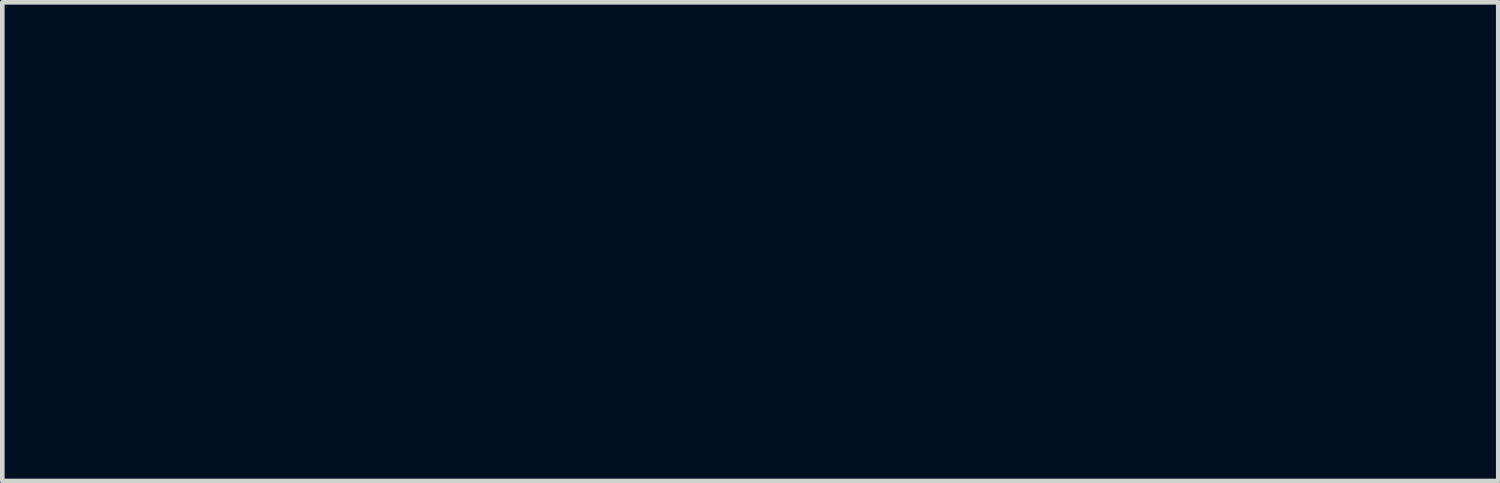
<source format=kicad_pcb>
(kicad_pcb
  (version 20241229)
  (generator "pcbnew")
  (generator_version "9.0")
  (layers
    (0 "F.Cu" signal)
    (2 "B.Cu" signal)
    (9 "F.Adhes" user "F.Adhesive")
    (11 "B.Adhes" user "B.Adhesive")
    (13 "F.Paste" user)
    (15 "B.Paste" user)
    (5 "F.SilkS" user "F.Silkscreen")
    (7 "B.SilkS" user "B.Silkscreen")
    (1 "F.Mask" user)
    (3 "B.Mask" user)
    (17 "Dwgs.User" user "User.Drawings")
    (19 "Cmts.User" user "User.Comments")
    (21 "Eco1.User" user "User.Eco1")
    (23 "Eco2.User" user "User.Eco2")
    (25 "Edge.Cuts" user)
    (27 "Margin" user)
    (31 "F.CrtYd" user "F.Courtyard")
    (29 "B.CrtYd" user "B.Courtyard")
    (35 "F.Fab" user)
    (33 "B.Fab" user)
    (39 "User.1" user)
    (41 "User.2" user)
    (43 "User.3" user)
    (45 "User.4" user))
  (footprint "UZH_logo_solder_mask"
    (layer "F.Cu")
    (at 13.288 2.206)
    (property "Reference" "UZH_logo_solder_mask" (at 0 0 0) (layer "F.Mask") (effects (font (size 1.524 1.524) (thickness 0.3))))
    (attr board_only exclude_from_pos_files exclude_from_bom)
    (fp_poly (pts (xy 1.221 1.488) (xy 1.011 1.488) (xy 1.011 0.665) (xy 1.221 0.665)) (stroke (width 0) (type solid)) (fill yes) (layer "F.Mask"))
    (fp_poly (pts (xy 4.255 -0.267) (xy 4.046 -0.267) (xy 4.046 -1.091) (xy 4.255 -1.091)) (stroke (width 0) (type solid)) (fill yes) (layer "F.Mask"))
    (fp_poly (pts (xy 0.771 -1.089) (xy 0.878 -1.087) (xy 0.88 -0.677) (xy 0.881 -0.267) (xy 0.665 -0.267) (xy 0.665 -1.091)) (stroke (width 0) (type solid)) (fill yes) (layer "F.Mask"))
    (fp_poly (pts (xy -4.729 -0.077) (xy -4.723 -0.072) (xy -4.719 -0.061) (xy -4.718 -0.041) (xy -4.717 -0.015) (xy -4.717 0.043) (xy -4.761 0.043) (xy -4.761 -0.006) (xy -4.758 -0.042) (xy -4.752 -0.066) (xy -4.741 -0.078)) (stroke (width 0) (type solid)) (fill yes) (layer "F.Mask"))
    (fp_poly (pts (xy -3.823 -0.07) (xy -3.817 -0.049) (xy -3.814 -0.014) (xy -3.814 -0.01) (xy -3.814 0.043) (xy -3.858 0.043) (xy -3.858 -0.01) (xy -3.857 -0.042) (xy -3.853 -0.062) (xy -3.847 -0.072) (xy -3.833 -0.078)) (stroke (width 0) (type solid)) (fill yes) (layer "F.Mask"))
    (fp_poly (pts (xy -4.719 0.59) (xy -4.709 0.604) (xy -4.704 0.629) (xy -4.703 0.661) (xy -4.703 0.708) (xy -4.768 0.708) (xy -4.768 0.655) (xy -4.767 0.622) (xy -4.762 0.601) (xy -4.753 0.589) (xy -4.738 0.585) (xy -4.734 0.585)) (stroke (width 0) (type solid)) (fill yes) (layer "F.Mask"))
    (fp_poly (pts (xy -3.831 -0.915) (xy -3.815 -0.903) (xy -3.805 -0.879) (xy -3.8 -0.842) (xy -3.8 -0.827) (xy -3.8 -0.78) (xy -3.872 -0.78) (xy -3.872 -0.834) (xy -3.869 -0.873) (xy -3.862 -0.9) (xy -3.849 -0.914) (xy -3.832 -0.915)) (stroke (width 0) (type solid)) (fill yes) (layer "F.Mask"))
    (fp_poly (pts (xy -4.721 -1.894) (xy -4.706 -1.881) (xy -4.699 -1.867) (xy -4.699 -1.847) (xy -4.711 -1.831) (xy -4.728 -1.822) (xy -4.748 -1.822) (xy -4.764 -1.832) (xy -4.774 -1.85) (xy -4.773 -1.869) (xy -4.763 -1.886) (xy -4.747 -1.896) (xy -4.727 -1.896)) (stroke (width 0) (type solid)) (fill yes) (layer "F.Mask"))
    (fp_poly (pts (xy -4.716 -0.906) (xy -4.708 -0.883) (xy -4.703 -0.849) (xy -4.703 -0.833) (xy -4.703 -0.78) (xy -4.775 -0.78) (xy -4.775 -0.83) (xy -4.774 -0.86) (xy -4.77 -0.88) (xy -4.763 -0.895) (xy -4.76 -0.898) (xy -4.743 -0.914) (xy -4.728 -0.916)) (stroke (width 0) (type solid)) (fill yes) (layer "F.Mask"))
    (fp_poly (pts (xy -4.369 0.588) (xy -4.358 0.598) (xy -4.352 0.617) (xy -4.349 0.646) (xy -4.349 0.671) (xy -4.349 0.73) (xy -4.421 0.73) (xy -4.421 0.666) (xy -4.42 0.63) (xy -4.417 0.607) (xy -4.41 0.593) (xy -4.399 0.587) (xy -4.384 0.585)) (stroke (width 0) (type solid)) (fill yes) (layer "F.Mask"))
    (fp_poly (pts (xy -4.169 0.588) (xy -4.157 0.598) (xy -4.15 0.617) (xy -4.147 0.647) (xy -4.147 0.669) (xy -4.147 0.73) (xy -4.226 0.73) (xy -4.226 0.669) (xy -4.225 0.632) (xy -4.22 0.607) (xy -4.211 0.592) (xy -4.197 0.586) (xy -4.186 0.585)) (stroke (width 0) (type solid)) (fill yes) (layer "F.Mask"))
    (fp_poly (pts (xy -3.819 -0.556) (xy -3.81 -0.541) (xy -3.803 -0.515) (xy -3.8 -0.477) (xy -3.8 -0.453) (xy -3.8 -0.383) (xy -3.872 -0.383) (xy -3.872 -0.457) (xy -3.871 -0.501) (xy -3.866 -0.533) (xy -3.859 -0.552) (xy -3.847 -0.561) (xy -3.834 -0.562)) (stroke (width 0) (type solid)) (fill yes) (layer "F.Mask"))
    (fp_poly (pts (xy -4.717 -0.553) (xy -4.709 -0.529) (xy -4.704 -0.493) (xy -4.703 -0.457) (xy -4.703 -0.383) (xy -4.775 -0.383) (xy -4.775 -0.454) (xy -4.775 -0.488) (xy -4.773 -0.512) (xy -4.77 -0.528) (xy -4.764 -0.539) (xy -4.76 -0.544) (xy -4.743 -0.561) (xy -4.728 -0.564)) (stroke (width 0) (type solid)) (fill yes) (layer "F.Mask"))
    (fp_poly (pts (xy -4.27 -1.464) (xy -4.256 -1.454) (xy -4.255 -1.453) (xy -4.248 -1.428) (xy -4.254 -1.408) (xy -4.264 -1.398) (xy -4.283 -1.388) (xy -4.299 -1.391) (xy -4.313 -1.401) (xy -4.324 -1.417) (xy -4.327 -1.429) (xy -4.321 -1.447) (xy -4.307 -1.459) (xy -4.288 -1.466)) (stroke (width 0) (type solid)) (fill yes) (layer "F.Mask"))
    (fp_poly (pts (xy -3.824 -1.895) (xy -3.814 -1.889) (xy -3.803 -1.871) (xy -3.8 -1.85) (xy -3.806 -1.832) (xy -3.809 -1.829) (xy -3.826 -1.821) (xy -3.847 -1.822) (xy -3.865 -1.833) (xy -3.869 -1.838) (xy -3.875 -1.858) (xy -3.871 -1.876) (xy -3.859 -1.89) (xy -3.842 -1.898)) (stroke (width 0) (type solid)) (fill yes) (layer "F.Mask"))
    (fp_poly (pts (xy 3.908 0.433) (xy 4.067 0.433) (xy 4.067 0.275) (xy 4.161 0.275) (xy 4.161 0.701) (xy 4.068 0.701) (xy 4.066 0.612) (xy 4.064 0.524) (xy 3.912 0.524) (xy 3.91 0.612) (xy 3.908 0.701) (xy 3.814 0.701) (xy 3.814 0.275) (xy 3.908 0.275)) (stroke (width 0) (type solid)) (fill yes) (layer "F.Mask"))
    (fp_poly (pts (xy -4.663 1.74) (xy -4.648 1.754) (xy -4.639 1.77) (xy -4.638 1.777) (xy -4.644 1.796) (xy -4.66 1.809) (xy -4.678 1.813) (xy -4.696 1.809) (xy -4.706 1.802) (xy -4.715 1.787) (xy -4.717 1.777) (xy -4.712 1.76) (xy -4.699 1.745) (xy -4.683 1.735) (xy -4.678 1.734)) (stroke (width 0) (type solid)) (fill yes) (layer "F.Mask"))
    (fp_poly (pts (xy -4.239 1.368) (xy -4.233 1.376) (xy -4.233 1.379) (xy -4.238 1.392) (xy -4.244 1.397) (xy -4.252 1.406) (xy -4.255 1.419) (xy -4.259 1.434) (xy -4.266 1.438) (xy -4.273 1.434) (xy -4.276 1.42) (xy -4.277 1.401) (xy -4.276 1.38) (xy -4.273 1.369) (xy -4.266 1.366) (xy -4.255 1.365)) (stroke (width 0) (type solid)) (fill yes) (layer "F.Mask"))
    (fp_poly (pts (xy -4.286 -0.468) (xy -4.274 -0.466) (xy -4.268 -0.46) (xy -4.266 -0.447) (xy -4.266 -0.426) (xy -4.266 -0.403) (xy -4.269 -0.391) (xy -4.275 -0.386) (xy -4.286 -0.384) (xy -4.297 -0.384) (xy -4.303 -0.387) (xy -4.305 -0.397) (xy -4.306 -0.418) (xy -4.306 -0.426) (xy -4.305 -0.451) (xy -4.303 -0.464) (xy -4.299 -0.469) (xy -4.289 -0.469)) (stroke (width 0) (type solid)) (fill yes) (layer "F.Mask"))
    (fp_poly (pts (xy -3.82 0.588) (xy -3.811 0.597) (xy -3.809 0.609) (xy -3.808 0.632) (xy -3.807 0.658) (xy -3.807 0.708) (xy -3.835 0.708) (xy -3.854 0.707) (xy -3.866 0.704) (xy -3.867 0.703) (xy -3.871 0.693) (xy -3.872 0.673) (xy -3.872 0.648) (xy -3.87 0.624) (xy -3.867 0.605) (xy -3.865 0.599) (xy -3.853 0.589) (xy -3.836 0.585)) (stroke (width 0) (type solid)) (fill yes) (layer "F.Mask"))
    (fp_poly (pts (xy -4.732 0.235) (xy -4.729 0.238) (xy -4.723 0.247) (xy -4.719 0.263) (xy -4.717 0.29) (xy -4.717 0.304) (xy -4.718 0.333) (xy -4.719 0.35) (xy -4.722 0.358) (xy -4.728 0.361) (xy -4.734 0.361) (xy -4.749 0.359) (xy -4.756 0.356) (xy -4.759 0.345) (xy -4.761 0.325) (xy -4.761 0.299) (xy -4.758 0.274) (xy -4.755 0.253) (xy -4.751 0.242) (xy -4.741 0.233)) (stroke (width 0) (type solid)) (fill yes) (layer "F.Mask"))
    (fp_poly (pts (xy -3.826 0.238) (xy -3.825 0.239) (xy -3.819 0.247) (xy -3.816 0.263) (xy -3.815 0.288) (xy -3.816 0.303) (xy -3.817 0.331) (xy -3.82 0.348) (xy -3.824 0.356) (xy -3.831 0.359) (xy -3.833 0.36) (xy -3.847 0.359) (xy -3.853 0.357) (xy -3.855 0.347) (xy -3.857 0.328) (xy -3.858 0.302) (xy -3.858 0.299) (xy -3.856 0.264) (xy -3.85 0.241) (xy -3.84 0.233)) (stroke (width 0) (type solid)) (fill yes) (layer "F.Mask"))
    (fp_poly (pts (xy 5.703 -1.44) (xy 5.733 -1.421) (xy 5.753 -1.394) (xy 5.765 -1.362) (xy 5.766 -1.328) (xy 5.757 -1.294) (xy 5.737 -1.262) (xy 5.719 -1.247) (xy 5.685 -1.228) (xy 5.649 -1.224) (xy 5.611 -1.234) (xy 5.606 -1.237) (xy 5.572 -1.261) (xy 5.55 -1.291) (xy 5.541 -1.329) (xy 5.541 -1.339) (xy 5.547 -1.379) (xy 5.565 -1.412) (xy 5.593 -1.436) (xy 5.628 -1.449) (xy 5.665 -1.45)) (stroke (width 0) (type solid)) (fill yes) (layer "F.Mask"))
    (fp_poly (pts (xy 0.022 0.307) (xy 0.052 0.326) (xy 0.075 0.354) (xy 0.09 0.39) (xy 0.091 0.396) (xy 0.091 0.427) (xy 0.08 0.459) (xy 0.061 0.489) (xy 0.046 0.503) (xy 0.016 0.519) (xy -0.02 0.525) (xy -0.055 0.522) (xy -0.069 0.518) (xy -0.101 0.496) (xy -0.123 0.466) (xy -0.134 0.432) (xy -0.135 0.395) (xy -0.124 0.36) (xy -0.11 0.339) (xy -0.081 0.313) (xy -0.047 0.3) (xy -0.012 0.298)) (stroke (width 0) (type solid)) (fill yes) (layer "F.Mask"))
    (fp_poly (pts (xy 1.137 0.3) (xy 1.178 0.315) (xy 1.211 0.339) (xy 1.235 0.371) (xy 1.247 0.407) (xy 1.247 0.446) (xy 1.236 0.48) (xy 1.219 0.51) (xy 1.196 0.531) (xy 1.168 0.545) (xy 1.126 0.555) (xy 1.084 0.551) (xy 1.056 0.541) (xy 1.022 0.517) (xy 0.999 0.485) (xy 0.987 0.448) (xy 0.987 0.409) (xy 0.993 0.387) (xy 1.013 0.352) (xy 1.041 0.325) (xy 1.075 0.306) (xy 1.112 0.298)) (stroke (width 0) (type solid)) (fill yes) (layer "F.Mask"))
    (fp_poly (pts (xy 4.195 -1.444) (xy 4.226 -1.429) (xy 4.252 -1.406) (xy 4.272 -1.377) (xy 4.282 -1.344) (xy 4.282 -1.306) (xy 4.269 -1.268) (xy 4.246 -1.234) (xy 4.214 -1.21) (xy 4.177 -1.196) (xy 4.137 -1.195) (xy 4.099 -1.205) (xy 4.064 -1.229) (xy 4.039 -1.259) (xy 4.024 -1.295) (xy 4.021 -1.332) (xy 4.029 -1.369) (xy 4.05 -1.403) (xy 4.055 -1.409) (xy 4.088 -1.435) (xy 4.124 -1.448) (xy 4.16 -1.451)) (stroke (width 0) (type solid)) (fill yes) (layer "F.Mask"))
    (fp_poly (pts (xy -0.337 0.3) (xy -0.307 0.311) (xy -0.275 0.333) (xy -0.254 0.363) (xy -0.246 0.402) (xy -0.246 0.412) (xy -0.251 0.452) (xy -0.269 0.484) (xy -0.299 0.508) (xy -0.307 0.513) (xy -0.345 0.525) (xy -0.38 0.524) (xy -0.401 0.517) (xy -0.425 0.502) (xy -0.447 0.479) (xy -0.463 0.455) (xy -0.467 0.443) (xy -0.47 0.409) (xy -0.463 0.375) (xy -0.449 0.345) (xy -0.443 0.338) (xy -0.41 0.311) (xy -0.374 0.298)) (stroke (width 0) (type solid)) (fill yes) (layer "F.Mask"))
    (fp_poly (pts (xy 0.806 -1.446) (xy 0.827 -1.438) (xy 0.863 -1.415) (xy 0.888 -1.383) (xy 0.902 -1.346) (xy 0.902 -1.306) (xy 0.889 -1.265) (xy 0.888 -1.264) (xy 0.865 -1.233) (xy 0.834 -1.211) (xy 0.797 -1.197) (xy 0.759 -1.194) (xy 0.723 -1.203) (xy 0.722 -1.203) (xy 0.684 -1.227) (xy 0.659 -1.257) (xy 0.645 -1.295) (xy 0.643 -1.322) (xy 0.649 -1.364) (xy 0.667 -1.4) (xy 0.694 -1.427) (xy 0.727 -1.445) (xy 0.765 -1.452)) (stroke (width 0) (type solid)) (fill yes) (layer "F.Mask"))
    (fp_poly (pts (xy -0.715 0.457) (xy -0.715 0.545) (xy -0.949 0.914) (xy -1.182 1.282) (xy -0.945 1.284) (xy -0.708 1.286) (xy -0.708 1.488) (xy -1.452 1.488) (xy -1.452 1.324) (xy -1.249 0.992) (xy -1.209 0.928) (xy -1.171 0.865) (xy -1.134 0.807) (xy -1.101 0.753) (xy -1.071 0.705) (xy -1.047 0.666) (xy -1.027 0.635) (xy -1.014 0.615) (xy -1.011 0.61) (xy -0.977 0.56) (xy -1.207 0.562) (xy -1.438 0.564) (xy -1.438 0.368) (xy -0.715 0.368)) (stroke (width 0) (type solid)) (fill yes) (layer "F.Mask"))
    (fp_poly (pts (xy -3.323 1.497) (xy -3.313 1.499) (xy -3.314 1.5) (xy -3.318 1.508) (xy -3.321 1.526) (xy -3.323 1.55) (xy -3.323 1.576) (xy -3.322 1.6) (xy -3.32 1.618) (xy -3.316 1.625) (xy -3.316 1.625) (xy -3.309 1.631) (xy -3.309 1.633) (xy -3.315 1.637) (xy -3.331 1.64) (xy -3.336 1.64) (xy -3.363 1.64) (xy -3.36 1.574) (xy -3.36 1.54) (xy -3.361 1.518) (xy -3.364 1.506) (xy -3.367 1.502) (xy -3.368 1.498) (xy -3.354 1.496) (xy -3.341 1.496)) (stroke (width 0) (type solid)) (fill yes) (layer "F.Mask"))
    (fp_poly (pts (xy 5.324 -1.451) (xy 5.325 -1.451) (xy 5.366 -1.442) (xy 5.397 -1.424) (xy 5.418 -1.396) (xy 5.428 -1.358) (xy 5.429 -1.339) (xy 5.425 -1.301) (xy 5.413 -1.273) (xy 5.391 -1.251) (xy 5.367 -1.237) (xy 5.34 -1.226) (xy 5.318 -1.222) (xy 5.291 -1.227) (xy 5.283 -1.229) (xy 5.258 -1.242) (xy 5.234 -1.265) (xy 5.215 -1.293) (xy 5.205 -1.321) (xy 5.206 -1.354) (xy 5.218 -1.388) (xy 5.239 -1.419) (xy 5.259 -1.436) (xy 5.278 -1.447) (xy 5.297 -1.451)) (stroke (width 0) (type solid)) (fill yes) (layer "F.Mask"))
    (fp_poly (pts (xy -3.438 1.497) (xy -3.429 1.499) (xy -3.43 1.5) (xy -3.434 1.508) (xy -3.437 1.526) (xy -3.439 1.55) (xy -3.439 1.576) (xy -3.438 1.6) (xy -3.436 1.618) (xy -3.432 1.625) (xy -3.431 1.625) (xy -3.424 1.631) (xy -3.424 1.633) (xy -3.431 1.637) (xy -3.447 1.639) (xy -3.458 1.64) (xy -3.478 1.639) (xy -3.486 1.636) (xy -3.483 1.631) (xy -3.479 1.62) (xy -3.476 1.599) (xy -3.475 1.573) (xy -3.475 1.546) (xy -3.477 1.522) (xy -3.48 1.506) (xy -3.484 1.5) (xy -3.483 1.498) (xy -3.47 1.497) (xy -3.457 1.497)) (stroke (width 0) (type solid)) (fill yes) (layer "F.Mask"))
    (fp_poly (pts (xy -3.205 1.497) (xy -3.197 1.499) (xy -3.198 1.5) (xy -3.204 1.509) (xy -3.207 1.53) (xy -3.208 1.562) (xy -3.207 1.593) (xy -3.205 1.613) (xy -3.2 1.624) (xy -3.195 1.63) (xy -3.189 1.636) (xy -3.192 1.638) (xy -3.208 1.64) (xy -3.217 1.64) (xy -3.237 1.638) (xy -3.249 1.635) (xy -3.251 1.633) (xy -3.245 1.626) (xy -3.244 1.625) (xy -3.24 1.619) (xy -3.237 1.602) (xy -3.236 1.579) (xy -3.237 1.553) (xy -3.239 1.53) (xy -3.242 1.512) (xy -3.245 1.504) (xy -3.247 1.499) (xy -3.239 1.496) (xy -3.222 1.496)) (stroke (width 0) (type solid)) (fill yes) (layer "F.Mask"))
    (fp_poly (pts (xy -4.772 1.491) (xy -4.754 1.496) (xy -4.747 1.505) (xy -4.746 1.514) (xy -4.748 1.529) (xy -4.755 1.53) (xy -4.764 1.521) (xy -4.781 1.509) (xy -4.804 1.505) (xy -4.826 1.511) (xy -4.833 1.516) (xy -4.848 1.536) (xy -4.852 1.561) (xy -4.846 1.587) (xy -4.831 1.608) (xy -4.806 1.623) (xy -4.782 1.623) (xy -4.761 1.61) (xy -4.761 1.61) (xy -4.75 1.601) (xy -4.746 1.605) (xy -4.75 1.617) (xy -4.754 1.626) (xy -4.766 1.635) (xy -4.787 1.64) (xy -4.813 1.639) (xy -4.838 1.634) (xy -4.849 1.629) (xy -4.87 1.612) (xy -4.881 1.589) (xy -4.884 1.562) (xy -4.877 1.532) (xy -4.859 1.51) (xy -4.833 1.495) (xy -4.799 1.489)) (stroke (width 0) (type solid)) (fill yes) (layer "F.Mask"))
    (fp_poly (pts (xy -4.621 1.491) (xy -4.603 1.496) (xy -4.596 1.504) (xy -4.595 1.517) (xy -4.595 1.538) (xy -4.613 1.52) (xy -4.629 1.507) (xy -4.646 1.504) (xy -4.655 1.506) (xy -4.678 1.515) (xy -4.692 1.533) (xy -4.696 1.561) (xy -4.69 1.588) (xy -4.677 1.608) (xy -4.657 1.621) (xy -4.636 1.624) (xy -4.615 1.616) (xy -4.609 1.611) (xy -4.593 1.595) (xy -4.596 1.616) (xy -4.598 1.628) (xy -4.605 1.634) (xy -4.62 1.637) (xy -4.634 1.638) (xy -4.659 1.637) (xy -4.679 1.635) (xy -4.686 1.633) (xy -4.707 1.617) (xy -4.724 1.593) (xy -4.732 1.567) (xy -4.732 1.564) (xy -4.725 1.536) (xy -4.707 1.513) (xy -4.681 1.497) (xy -4.649 1.49)) (stroke (width 0) (type solid)) (fill yes) (layer "F.Mask"))
    (fp_poly (pts (xy -4.931 1.491) (xy -4.914 1.496) (xy -4.907 1.504) (xy -4.906 1.519) (xy -4.906 1.534) (xy -4.909 1.536) (xy -4.914 1.526) (xy -4.928 1.511) (xy -4.948 1.505) (xy -4.969 1.508) (xy -4.989 1.519) (xy -5.002 1.537) (xy -5.005 1.549) (xy -5.003 1.577) (xy -4.992 1.6) (xy -4.975 1.617) (xy -4.954 1.624) (xy -4.932 1.622) (xy -4.918 1.613) (xy -4.908 1.605) (xy -4.905 1.608) (xy -4.906 1.618) (xy -4.909 1.629) (xy -4.917 1.635) (xy -4.934 1.637) (xy -4.945 1.638) (xy -4.975 1.636) (xy -4.999 1.63) (xy -5.001 1.629) (xy -5.02 1.612) (xy -5.035 1.589) (xy -5.042 1.565) (xy -5.042 1.563) (xy -5.036 1.536) (xy -5.018 1.514) (xy -4.992 1.498) (xy -4.961 1.49)) (stroke (width 0) (type solid)) (fill yes) (layer "F.Mask"))
    (fp_poly (pts (xy -2.72 0.4) (xy -2.716 0.41) (xy -2.71 0.418) (xy -2.696 0.426) (xy -2.673 0.436) (xy -2.641 0.447) (xy -2.596 0.459) (xy -2.541 0.474) (xy -2.515 0.481) (xy -2.5 0.483) (xy -2.491 0.482) (xy -2.484 0.477) (xy -2.481 0.473) (xy -2.473 0.465) (xy -2.473 0.47) (xy -2.476 0.482) (xy -2.482 0.504) (xy -2.485 0.518) (xy -2.492 0.539) (xy -2.498 0.553) (xy -2.501 0.556) (xy -2.505 0.552) (xy -2.504 0.55) (xy -2.503 0.544) (xy -2.508 0.538) (xy -2.522 0.53) (xy -2.546 0.522) (xy -2.58 0.511) (xy -2.622 0.499) (xy -2.727 0.469) (xy -2.739 0.486) (xy -2.746 0.493) (xy -2.748 0.492) (xy -2.746 0.482) (xy -2.74 0.461) (xy -2.738 0.452) (xy -2.731 0.426) (xy -2.726 0.407) (xy -2.723 0.398) (xy -2.723 0.397)) (stroke (width 0) (type solid)) (fill yes) (layer "F.Mask"))
    (fp_poly (pts (xy 0.855 0.731) (xy 0.853 0.775) (xy 0.852 0.807) (xy 0.849 0.828) (xy 0.845 0.841) (xy 0.837 0.848) (xy 0.826 0.85) (xy 0.81 0.851) (xy 0.8 0.851) (xy 0.752 0.856) (xy 0.713 0.872) (xy 0.681 0.9) (xy 0.656 0.94) (xy 0.641 0.975) (xy 0.637 0.989) (xy 0.633 1.003) (xy 0.631 1.019) (xy 0.628 1.039) (xy 0.627 1.064) (xy 0.626 1.096) (xy 0.625 1.138) (xy 0.624 1.19) (xy 0.623 1.255) (xy 0.62 1.488) (xy 0.405 1.488) (xy 0.405 0.665) (xy 0.609 0.665) (xy 0.604 0.733) (xy 0.602 0.764) (xy 0.599 0.791) (xy 0.596 0.809) (xy 0.595 0.814) (xy 0.596 0.815) (xy 0.602 0.806) (xy 0.612 0.789) (xy 0.647 0.735) (xy 0.687 0.693) (xy 0.733 0.665) (xy 0.785 0.648) (xy 0.812 0.645) (xy 0.858 0.641)) (stroke (width 0) (type solid)) (fill yes) (layer "F.Mask"))
    (fp_poly (pts (xy 3.215 -1.057) (xy 3.214 -1.022) (xy 3.212 -0.982) (xy 3.21 -0.952) (xy 3.206 -0.898) (xy 3.174 -0.901) (xy 3.129 -0.9) (xy 3.087 -0.885) (xy 3.05 -0.86) (xy 3.022 -0.826) (xy 3.014 -0.81) (xy 3.006 -0.788) (xy 2.999 -0.767) (xy 2.993 -0.744) (xy 2.989 -0.717) (xy 2.985 -0.684) (xy 2.983 -0.644) (xy 2.981 -0.594) (xy 2.979 -0.533) (xy 2.978 -0.486) (xy 2.974 -0.267) (xy 2.767 -0.267) (xy 2.767 -1.091) (xy 2.971 -1.091) (xy 2.966 -1.035) (xy 2.963 -1.004) (xy 2.96 -0.975) (xy 2.958 -0.955) (xy 2.957 -0.954) (xy 2.956 -0.941) (xy 2.957 -0.937) (xy 2.962 -0.945) (xy 2.973 -0.964) (xy 2.974 -0.967) (xy 3 -1.006) (xy 3.032 -1.043) (xy 3.066 -1.072) (xy 3.087 -1.085) (xy 3.116 -1.095) (xy 3.152 -1.102) (xy 3.166 -1.104) (xy 3.215 -1.107)) (stroke (width 0) (type solid)) (fill yes) (layer "F.Mask"))
    (fp_poly (pts (xy -5.768 -1.127) (xy -5.77 -1.121) (xy -5.768 -1.113) (xy -5.76 -1.102) (xy -5.744 -1.087) (xy -5.718 -1.067) (xy -5.695 -1.05) (xy -5.657 -1.022) (xy -5.629 -1.002) (xy -5.609 -0.988) (xy -5.596 -0.98) (xy -5.587 -0.977) (xy -5.58 -0.978) (xy -5.575 -0.982) (xy -5.57 -0.986) (xy -5.559 -0.995) (xy -5.556 -0.993) (xy -5.563 -0.981) (xy -5.577 -0.96) (xy -5.585 -0.95) (xy -5.604 -0.925) (xy -5.616 -0.913) (xy -5.62 -0.912) (xy -5.618 -0.921) (xy -5.619 -0.929) (xy -5.627 -0.94) (xy -5.644 -0.956) (xy -5.671 -0.977) (xy -5.707 -1.004) (xy -5.744 -1.03) (xy -5.772 -1.049) (xy -5.79 -1.06) (xy -5.802 -1.065) (xy -5.811 -1.065) (xy -5.818 -1.062) (xy -5.828 -1.056) (xy -5.828 -1.059) (xy -5.821 -1.07) (xy -5.808 -1.088) (xy -5.793 -1.109) (xy -5.792 -1.111) (xy -5.778 -1.128) (xy -5.77 -1.134)) (stroke (width 0) (type solid)) (fill yes) (layer "F.Mask"))
    (fp_poly (pts (xy 3.72 0.316) (xy 3.72 0.331) (xy 3.718 0.344) (xy 3.715 0.357) (xy 3.707 0.374) (xy 3.696 0.395) (xy 3.679 0.423) (xy 3.656 0.46) (xy 3.645 0.479) (xy 3.621 0.517) (xy 3.601 0.55) (xy 3.585 0.576) (xy 3.574 0.595) (xy 3.569 0.604) (xy 3.569 0.604) (xy 3.575 0.605) (xy 3.594 0.606) (xy 3.621 0.607) (xy 3.649 0.607) (xy 3.728 0.607) (xy 3.726 0.652) (xy 3.724 0.697) (xy 3.586 0.699) (xy 3.543 0.699) (xy 3.505 0.699) (xy 3.474 0.699) (xy 3.453 0.698) (xy 3.444 0.696) (xy 3.444 0.696) (xy 3.441 0.686) (xy 3.439 0.668) (xy 3.439 0.658) (xy 3.44 0.645) (xy 3.443 0.632) (xy 3.449 0.616) (xy 3.459 0.595) (xy 3.474 0.568) (xy 3.495 0.532) (xy 3.518 0.495) (xy 3.596 0.365) (xy 3.521 0.363) (xy 3.446 0.361) (xy 3.446 0.275) (xy 3.72 0.275)) (stroke (width 0) (type solid)) (fill yes) (layer "F.Mask"))
    (fp_poly (pts (xy -5.898 0.058) (xy -5.896 0.076) (xy -5.896 0.106) (xy -5.896 0.106) (xy -5.896 0.131) (xy -5.898 0.147) (xy -5.899 0.152) (xy -5.9 0.151) (xy -5.907 0.138) (xy -5.912 0.135) (xy -5.922 0.134) (xy -5.943 0.135) (xy -5.974 0.136) (xy -6.01 0.138) (xy -6.025 0.139) (xy -6.067 0.141) (xy -6.096 0.144) (xy -6.116 0.147) (xy -6.129 0.151) (xy -6.137 0.156) (xy -6.142 0.161) (xy -6.149 0.169) (xy -6.152 0.169) (xy -6.154 0.16) (xy -6.155 0.14) (xy -6.155 0.127) (xy -6.154 0.101) (xy -6.153 0.088) (xy -6.15 0.085) (xy -6.146 0.089) (xy -6.141 0.093) (xy -6.134 0.096) (xy -6.121 0.098) (xy -6.101 0.098) (xy -6.071 0.096) (xy -6.029 0.094) (xy -5.991 0.091) (xy -5.958 0.088) (xy -5.933 0.085) (xy -5.918 0.083) (xy -5.916 0.082) (xy -5.91 0.073) (xy -5.909 0.069) (xy -5.905 0.057) (xy -5.902 0.054)) (stroke (width 0) (type solid)) (fill yes) (layer "F.Mask"))
    (fp_poly (pts (xy -2.695 -0.983) (xy -2.685 -0.967) (xy -2.674 -0.948) (xy -2.659 -0.923) (xy -2.653 -0.909) (xy -2.653 -0.904) (xy -2.661 -0.909) (xy -2.662 -0.91) (xy -2.669 -0.913) (xy -2.679 -0.911) (xy -2.696 -0.904) (xy -2.721 -0.891) (xy -2.75 -0.874) (xy -2.794 -0.848) (xy -2.826 -0.829) (xy -2.848 -0.814) (xy -2.862 -0.802) (xy -2.869 -0.793) (xy -2.87 -0.785) (xy -2.868 -0.78) (xy -2.864 -0.769) (xy -2.866 -0.766) (xy -2.872 -0.772) (xy -2.882 -0.787) (xy -2.895 -0.809) (xy -2.896 -0.81) (xy -2.907 -0.832) (xy -2.914 -0.849) (xy -2.916 -0.858) (xy -2.916 -0.858) (xy -2.912 -0.857) (xy -2.911 -0.854) (xy -2.908 -0.847) (xy -2.899 -0.846) (xy -2.881 -0.852) (xy -2.854 -0.866) (xy -2.817 -0.886) (xy -2.792 -0.901) (xy -2.756 -0.923) (xy -2.73 -0.939) (xy -2.713 -0.951) (xy -2.704 -0.961) (xy -2.7 -0.968) (xy -2.7 -0.975) (xy -2.701 -0.985) (xy -2.7 -0.988)) (stroke (width 0) (type solid)) (fill yes) (layer "F.Mask"))
    (fp_poly (pts (xy -3.721 1.525) (xy -3.749 1.555) (xy -3.736 1.577) (xy -3.723 1.597) (xy -3.705 1.617) (xy -3.704 1.619) (xy -3.683 1.64) (xy -3.711 1.64) (xy -3.728 1.639) (xy -3.739 1.632) (xy -3.748 1.618) (xy -3.751 1.609) (xy -3.764 1.579) (xy -3.778 1.6) (xy -3.787 1.617) (xy -3.79 1.63) (xy -3.789 1.631) (xy -3.792 1.637) (xy -3.808 1.64) (xy -3.813 1.64) (xy -3.829 1.639) (xy -3.833 1.636) (xy -3.828 1.631) (xy -3.817 1.62) (xy -3.803 1.602) (xy -3.797 1.595) (xy -3.777 1.568) (xy -3.796 1.536) (xy -3.809 1.517) (xy -3.821 1.503) (xy -3.827 1.5) (xy -3.828 1.498) (xy -3.817 1.497) (xy -3.806 1.496) (xy -3.784 1.497) (xy -3.775 1.501) (xy -3.775 1.504) (xy -3.773 1.517) (xy -3.767 1.527) (xy -3.759 1.537) (xy -3.752 1.535) (xy -3.746 1.527) (xy -3.739 1.513) (xy -3.738 1.504) (xy -3.735 1.498) (xy -3.718 1.495) (xy -3.694 1.495)) (stroke (width 0) (type solid)) (fill yes) (layer "F.Mask"))
    (fp_poly (pts (xy 3.363 0.278) (xy 3.363 0.426) (xy 3.362 0.484) (xy 3.361 0.529) (xy 3.359 0.563) (xy 3.355 0.59) (xy 3.349 0.611) (xy 3.341 0.628) (xy 3.331 0.644) (xy 3.325 0.651) (xy 3.306 0.668) (xy 3.283 0.684) (xy 3.278 0.687) (xy 3.246 0.698) (xy 3.207 0.704) (xy 3.165 0.705) (xy 3.127 0.7) (xy 3.12 0.698) (xy 3.083 0.685) (xy 3.057 0.667) (xy 3.037 0.642) (xy 3.033 0.634) (xy 3.027 0.623) (xy 3.023 0.612) (xy 3.02 0.598) (xy 3.018 0.579) (xy 3.017 0.553) (xy 3.015 0.518) (xy 3.014 0.472) (xy 3.014 0.439) (xy 3.011 0.275) (xy 3.113 0.275) (xy 3.115 0.43) (xy 3.117 0.586) (xy 3.137 0.604) (xy 3.162 0.618) (xy 3.191 0.622) (xy 3.219 0.618) (xy 3.242 0.605) (xy 3.257 0.585) (xy 3.258 0.583) (xy 3.26 0.569) (xy 3.262 0.542) (xy 3.264 0.506) (xy 3.265 0.463) (xy 3.265 0.418) (xy 3.265 0.274)) (stroke (width 0) (type solid)) (fill yes) (layer "F.Mask"))
    (fp_poly (pts (xy -5.129 1.496) (xy -5.11 1.497) (xy -5.097 1.501) (xy -5.086 1.509) (xy -5.078 1.517) (xy -5.06 1.543) (xy -5.057 1.57) (xy -5.067 1.599) (xy -5.078 1.613) (xy -5.089 1.624) (xy -5.1 1.631) (xy -5.114 1.635) (xy -5.136 1.638) (xy -5.159 1.639) (xy -5.189 1.64) (xy -5.206 1.639) (xy -5.212 1.637) (xy -5.211 1.632) (xy -5.21 1.632) (xy -5.205 1.619) (xy -5.202 1.593) (xy -5.201 1.563) (xy -5.201 1.563) (xy -5.172 1.563) (xy -5.172 1.589) (xy -5.17 1.61) (xy -5.168 1.62) (xy -5.168 1.621) (xy -5.155 1.625) (xy -5.135 1.624) (xy -5.115 1.618) (xy -5.109 1.614) (xy -5.098 1.603) (xy -5.094 1.585) (xy -5.093 1.571) (xy -5.098 1.54) (xy -5.112 1.52) (xy -5.136 1.511) (xy -5.147 1.51) (xy -5.172 1.51) (xy -5.172 1.563) (xy -5.201 1.563) (xy -5.202 1.529) (xy -5.205 1.508) (xy -5.21 1.5) (xy -5.208 1.498) (xy -5.194 1.497) (xy -5.171 1.496) (xy -5.159 1.496)) (stroke (width 0) (type solid)) (fill yes) (layer "F.Mask"))
    (fp_poly (pts (xy -5.863 -0.968) (xy -5.852 -0.961) (xy -5.833 -0.947) (xy -5.856 -0.947) (xy -5.88 -0.94) (xy -5.897 -0.923) (xy -5.902 -0.901) (xy -5.899 -0.883) (xy -5.887 -0.873) (xy -5.867 -0.872) (xy -5.836 -0.879) (xy -5.817 -0.885) (xy -5.777 -0.897) (xy -5.747 -0.9) (xy -5.723 -0.895) (xy -5.702 -0.881) (xy -5.697 -0.877) (xy -5.681 -0.851) (xy -5.677 -0.821) (xy -5.686 -0.789) (xy -5.705 -0.758) (xy -5.709 -0.753) (xy -5.723 -0.741) (xy -5.736 -0.738) (xy -5.753 -0.746) (xy -5.759 -0.75) (xy -5.775 -0.761) (xy -5.777 -0.766) (xy -5.766 -0.768) (xy -5.751 -0.767) (xy -5.731 -0.767) (xy -5.718 -0.773) (xy -5.712 -0.781) (xy -5.702 -0.803) (xy -5.701 -0.825) (xy -5.707 -0.843) (xy -5.708 -0.844) (xy -5.726 -0.851) (xy -5.754 -0.85) (xy -5.791 -0.841) (xy -5.802 -0.837) (xy -5.843 -0.827) (xy -5.875 -0.828) (xy -5.901 -0.841) (xy -5.909 -0.85) (xy -5.922 -0.877) (xy -5.921 -0.909) (xy -5.907 -0.943) (xy -5.892 -0.964) (xy -5.878 -0.972)) (stroke (width 0) (type solid)) (fill yes) (layer "F.Mask"))
    (fp_poly (pts (xy -5.386 1.489) (xy -5.382 1.496) (xy -5.373 1.513) (xy -5.361 1.537) (xy -5.358 1.542) (xy -5.333 1.593) (xy -5.307 1.54) (xy -5.294 1.516) (xy -5.283 1.499) (xy -5.276 1.491) (xy -5.275 1.491) (xy -5.271 1.499) (xy -5.266 1.519) (xy -5.261 1.545) (xy -5.259 1.558) (xy -5.253 1.595) (xy -5.245 1.62) (xy -5.238 1.631) (xy -5.233 1.636) (xy -5.238 1.639) (xy -5.253 1.64) (xy -5.279 1.64) (xy -5.285 1.595) (xy -5.29 1.55) (xy -5.311 1.591) (xy -5.323 1.613) (xy -5.333 1.628) (xy -5.339 1.633) (xy -5.345 1.627) (xy -5.356 1.611) (xy -5.366 1.592) (xy -5.387 1.551) (xy -5.391 1.586) (xy -5.392 1.61) (xy -5.39 1.627) (xy -5.388 1.631) (xy -5.386 1.637) (xy -5.395 1.64) (xy -5.407 1.64) (xy -5.423 1.639) (xy -5.429 1.636) (xy -5.425 1.627) (xy -5.423 1.624) (xy -5.417 1.609) (xy -5.411 1.584) (xy -5.405 1.555) (xy -5.404 1.55) (xy -5.399 1.517) (xy -5.395 1.497) (xy -5.391 1.488) (xy -5.387 1.488)) (stroke (width 0) (type solid)) (fill yes) (layer "F.Mask"))
    (fp_poly (pts (xy -2.627 -0.774) (xy -2.591 -0.755) (xy -2.562 -0.724) (xy -2.538 -0.68) (xy -2.528 -0.652) (xy -2.521 -0.628) (xy -2.516 -0.61) (xy -2.514 -0.603) (xy -2.52 -0.598) (xy -2.534 -0.591) (xy -2.552 -0.584) (xy -2.567 -0.579) (xy -2.574 -0.578) (xy -2.575 -0.582) (xy -2.567 -0.592) (xy -2.566 -0.593) (xy -2.554 -0.613) (xy -2.551 -0.64) (xy -2.555 -0.669) (xy -2.566 -0.698) (xy -2.583 -0.72) (xy -2.594 -0.728) (xy -2.621 -0.737) (xy -2.654 -0.737) (xy -2.689 -0.729) (xy -2.721 -0.713) (xy -2.737 -0.701) (xy -2.757 -0.674) (xy -2.77 -0.642) (xy -2.774 -0.616) (xy -2.768 -0.588) (xy -2.753 -0.561) (xy -2.733 -0.54) (xy -2.717 -0.531) (xy -2.701 -0.525) (xy -2.698 -0.522) (xy -2.706 -0.519) (xy -2.709 -0.518) (xy -2.735 -0.513) (xy -2.752 -0.517) (xy -2.758 -0.522) (xy -2.774 -0.547) (xy -2.788 -0.58) (xy -2.798 -0.614) (xy -2.801 -0.628) (xy -2.799 -0.672) (xy -2.786 -0.711) (xy -2.762 -0.743) (xy -2.73 -0.766) (xy -2.69 -0.779) (xy -2.669 -0.78)) (stroke (width 0) (type solid)) (fill yes) (layer "F.Mask"))
    (fp_poly (pts (xy -5.176 -1.629) (xy -5.171 -1.624) (xy -5.161 -1.608) (xy -5.158 -1.597) (xy -5.161 -1.593) (xy -5.171 -1.599) (xy -5.192 -1.61) (xy -5.215 -1.607) (xy -5.23 -1.597) (xy -5.244 -1.577) (xy -5.243 -1.561) (xy -5.229 -1.547) (xy -5.2 -1.535) (xy -5.17 -1.528) (xy -5.133 -1.52) (xy -5.107 -1.509) (xy -5.089 -1.494) (xy -5.076 -1.474) (xy -5.074 -1.468) (xy -5.068 -1.45) (xy -5.069 -1.436) (xy -5.076 -1.417) (xy -5.093 -1.393) (xy -5.116 -1.373) (xy -5.141 -1.361) (xy -5.156 -1.358) (xy -5.173 -1.365) (xy -5.187 -1.381) (xy -5.196 -1.399) (xy -5.197 -1.407) (xy -5.187 -1.403) (xy -5.175 -1.395) (xy -5.158 -1.385) (xy -5.143 -1.384) (xy -5.132 -1.387) (xy -5.11 -1.401) (xy -5.099 -1.42) (xy -5.101 -1.443) (xy -5.11 -1.457) (xy -5.126 -1.468) (xy -5.153 -1.475) (xy -5.169 -1.477) (xy -5.212 -1.488) (xy -5.244 -1.504) (xy -5.264 -1.526) (xy -5.272 -1.552) (xy -5.27 -1.568) (xy -5.26 -1.589) (xy -5.24 -1.61) (xy -5.215 -1.627) (xy -5.202 -1.634) (xy -5.187 -1.637)) (stroke (width 0) (type solid)) (fill yes) (layer "F.Mask"))
    (fp_poly (pts (xy -3.884 1.522) (xy -3.898 1.539) (xy -3.907 1.552) (xy -3.908 1.557) (xy -3.904 1.568) (xy -3.894 1.585) (xy -3.88 1.605) (xy -3.867 1.622) (xy -3.858 1.631) (xy -3.853 1.636) (xy -3.858 1.639) (xy -3.873 1.64) (xy -3.891 1.638) (xy -3.902 1.63) (xy -3.91 1.615) (xy -3.92 1.598) (xy -3.928 1.59) (xy -3.93 1.589) (xy -3.938 1.595) (xy -3.947 1.609) (xy -3.953 1.624) (xy -3.953 1.631) (xy -3.958 1.637) (xy -3.976 1.64) (xy -3.977 1.64) (xy -4.003 1.64) (xy -3.977 1.614) (xy -3.962 1.596) (xy -3.95 1.58) (xy -3.948 1.574) (xy -3.949 1.559) (xy -3.957 1.538) (xy -3.97 1.519) (xy -3.984 1.504) (xy -3.986 1.503) (xy -3.991 1.498) (xy -3.983 1.496) (xy -3.967 1.496) (xy -3.95 1.497) (xy -3.94 1.5) (xy -3.94 1.502) (xy -3.939 1.512) (xy -3.931 1.524) (xy -3.918 1.54) (xy -3.906 1.522) (xy -3.899 1.508) (xy -3.902 1.501) (xy -3.903 1.5) (xy -3.903 1.498) (xy -3.891 1.496) (xy -3.886 1.496) (xy -3.859 1.495)) (stroke (width 0) (type solid)) (fill yes) (layer "F.Mask"))
    (fp_poly (pts (xy -2.75 0.589) (xy -2.727 0.603) (xy -2.719 0.609) (xy -2.721 0.612) (xy -2.735 0.613) (xy -2.741 0.613) (xy -2.764 0.615) (xy -2.779 0.624) (xy -2.782 0.628) (xy -2.794 0.65) (xy -2.794 0.672) (xy -2.784 0.69) (xy -2.766 0.7) (xy -2.756 0.701) (xy -2.741 0.698) (xy -2.718 0.69) (xy -2.693 0.679) (xy -2.661 0.665) (xy -2.636 0.659) (xy -2.616 0.66) (xy -2.595 0.667) (xy -2.594 0.668) (xy -2.574 0.686) (xy -2.564 0.711) (xy -2.563 0.741) (xy -2.572 0.772) (xy -2.585 0.793) (xy -2.594 0.802) (xy -2.602 0.804) (xy -2.617 0.799) (xy -2.622 0.796) (xy -2.648 0.785) (xy -2.624 0.782) (xy -2.601 0.773) (xy -2.585 0.756) (xy -2.581 0.734) (xy -2.582 0.726) (xy -2.591 0.71) (xy -2.608 0.704) (xy -2.633 0.708) (xy -2.667 0.722) (xy -2.71 0.739) (xy -2.746 0.744) (xy -2.776 0.737) (xy -2.791 0.727) (xy -2.805 0.709) (xy -2.814 0.69) (xy -2.814 0.69) (xy -2.815 0.665) (xy -2.809 0.636) (xy -2.796 0.609) (xy -2.79 0.599) (xy -2.772 0.588)) (stroke (width 0) (type solid)) (fill yes) (layer "F.Mask"))
    (fp_poly (pts (xy -5.549 -1.347) (xy -5.537 -1.335) (xy -5.536 -1.33) (xy -5.543 -1.332) (xy -5.546 -1.332) (xy -5.559 -1.333) (xy -5.575 -1.324) (xy -5.589 -1.311) (xy -5.617 -1.286) (xy -5.548 -1.221) (xy -5.514 -1.189) (xy -5.489 -1.166) (xy -5.471 -1.15) (xy -5.458 -1.141) (xy -5.448 -1.138) (xy -5.44 -1.138) (xy -5.432 -1.142) (xy -5.431 -1.142) (xy -5.427 -1.142) (xy -5.432 -1.133) (xy -5.447 -1.116) (xy -5.45 -1.112) (xy -5.468 -1.093) (xy -5.483 -1.079) (xy -5.494 -1.07) (xy -5.499 -1.067) (xy -5.496 -1.073) (xy -5.49 -1.08) (xy -5.487 -1.085) (xy -5.487 -1.092) (xy -5.493 -1.101) (xy -5.504 -1.114) (xy -5.523 -1.134) (xy -5.551 -1.161) (xy -5.562 -1.172) (xy -5.644 -1.25) (xy -5.668 -1.227) (xy -5.687 -1.204) (xy -5.693 -1.182) (xy -5.693 -1.182) (xy -5.693 -1.159) (xy -5.707 -1.178) (xy -5.717 -1.191) (xy -5.721 -1.2) (xy -5.721 -1.2) (xy -5.717 -1.207) (xy -5.705 -1.221) (xy -5.687 -1.239) (xy -5.687 -1.24) (xy -5.665 -1.263) (xy -5.638 -1.291) (xy -5.613 -1.318) (xy -5.61 -1.321) (xy -5.568 -1.367)) (stroke (width 0) (type solid)) (fill yes) (layer "F.Mask"))
    (fp_poly (pts (xy 6.299 -1.091) (xy 6.502 -1.091) (xy 6.502 -0.925) (xy 6.298 -0.925) (xy 6.301 -0.71) (xy 6.301 -0.643) (xy 6.303 -0.59) (xy 6.304 -0.548) (xy 6.307 -0.515) (xy 6.31 -0.491) (xy 6.315 -0.473) (xy 6.321 -0.46) (xy 6.33 -0.451) (xy 6.34 -0.444) (xy 6.35 -0.438) (xy 6.369 -0.431) (xy 6.39 -0.428) (xy 6.418 -0.429) (xy 6.422 -0.43) (xy 6.449 -0.433) (xy 6.473 -0.436) (xy 6.485 -0.438) (xy 6.492 -0.439) (xy 6.497 -0.438) (xy 6.5 -0.431) (xy 6.501 -0.416) (xy 6.502 -0.391) (xy 6.502 -0.355) (xy 6.502 -0.268) (xy 6.482 -0.264) (xy 6.391 -0.25) (xy 6.308 -0.248) (xy 6.249 -0.254) (xy 6.198 -0.268) (xy 6.157 -0.294) (xy 6.125 -0.329) (xy 6.104 -0.375) (xy 6.101 -0.386) (xy 6.098 -0.401) (xy 6.095 -0.42) (xy 6.093 -0.444) (xy 6.092 -0.474) (xy 6.091 -0.514) (xy 6.09 -0.563) (xy 6.09 -0.625) (xy 6.09 -0.677) (xy 6.09 -0.925) (xy 5.945 -0.925) (xy 5.945 -1.091) (xy 6.09 -1.091) (xy 6.09 -1.343) (xy 6.121 -1.351) (xy 6.141 -1.357) (xy 6.17 -1.365) (xy 6.204 -1.374) (xy 6.225 -1.379) (xy 6.299 -1.399)) (stroke (width 0) (type solid)) (fill yes) (layer "F.Mask"))
    (fp_poly (pts (xy -3.54 1.496) (xy -3.538 1.5) (xy -3.546 1.509) (xy -3.547 1.509) (xy -3.561 1.526) (xy -3.572 1.542) (xy -3.579 1.553) (xy -3.579 1.562) (xy -3.574 1.575) (xy -3.562 1.593) (xy -3.548 1.611) (xy -3.537 1.623) (xy -3.532 1.625) (xy -3.526 1.631) (xy -3.525 1.633) (xy -3.532 1.638) (xy -3.547 1.64) (xy -3.549 1.64) (xy -3.565 1.638) (xy -3.575 1.63) (xy -3.586 1.612) (xy -3.586 1.61) (xy -3.6 1.581) (xy -3.613 1.598) (xy -3.623 1.614) (xy -3.626 1.627) (xy -3.631 1.637) (xy -3.646 1.64) (xy -3.648 1.64) (xy -3.663 1.638) (xy -3.67 1.633) (xy -3.67 1.633) (xy -3.665 1.626) (xy -3.663 1.625) (xy -3.656 1.62) (xy -3.643 1.606) (xy -3.635 1.596) (xy -3.613 1.566) (xy -3.628 1.542) (xy -3.641 1.522) (xy -3.656 1.508) (xy -3.658 1.506) (xy -3.666 1.499) (xy -3.665 1.496) (xy -3.652 1.495) (xy -3.643 1.495) (xy -3.624 1.497) (xy -3.614 1.499) (xy -3.614 1.501) (xy -3.612 1.51) (xy -3.605 1.524) (xy -3.596 1.541) (xy -3.582 1.525) (xy -3.574 1.511) (xy -3.573 1.502) (xy -3.569 1.497) (xy -3.556 1.495) (xy -3.555 1.495)) (stroke (width 0) (type solid)) (fill yes) (layer "F.Mask"))
    (fp_poly (pts (xy -3.424 -1.659) (xy -3.409 -1.652) (xy -3.385 -1.64) (xy -3.353 -1.621) (xy -3.339 -1.613) (xy -3.306 -1.593) (xy -3.278 -1.575) (xy -3.258 -1.561) (xy -3.246 -1.552) (xy -3.244 -1.55) (xy -3.248 -1.539) (xy -3.258 -1.525) (xy -3.259 -1.524) (xy -3.268 -1.515) (xy -3.27 -1.517) (xy -3.27 -1.519) (xy -3.272 -1.534) (xy -3.286 -1.553) (xy -3.31 -1.571) (xy -3.329 -1.583) (xy -3.381 -1.495) (xy -3.405 -1.455) (xy -3.421 -1.425) (xy -3.431 -1.405) (xy -3.436 -1.39) (xy -3.436 -1.38) (xy -3.432 -1.374) (xy -3.427 -1.369) (xy -3.418 -1.361) (xy -3.419 -1.359) (xy -3.429 -1.362) (xy -3.446 -1.371) (xy -3.466 -1.383) (xy -3.492 -1.4) (xy -3.507 -1.411) (xy -3.51 -1.416) (xy -3.502 -1.414) (xy -3.502 -1.414) (xy -3.489 -1.415) (xy -3.475 -1.43) (xy -3.472 -1.432) (xy -3.462 -1.448) (xy -3.447 -1.472) (xy -3.43 -1.499) (xy -3.413 -1.528) (xy -3.397 -1.556) (xy -3.384 -1.579) (xy -3.376 -1.596) (xy -3.374 -1.602) (xy -3.38 -1.61) (xy -3.395 -1.62) (xy -3.415 -1.629) (xy -3.433 -1.635) (xy -3.446 -1.636) (xy -3.446 -1.636) (xy -3.458 -1.635) (xy -3.459 -1.642) (xy -3.449 -1.655) (xy -3.447 -1.657) (xy -3.441 -1.661) (xy -3.434 -1.662)) (stroke (width 0) (type solid)) (fill yes) (layer "F.Mask"))
    (fp_poly (pts (xy 1.808 -1.038) (xy 1.801 -1.022) (xy 1.791 -0.993) (xy 1.776 -0.953) (xy 1.758 -0.905) (xy 1.737 -0.849) (xy 1.713 -0.787) (xy 1.689 -0.72) (xy 1.662 -0.65) (xy 1.654 -0.628) (xy 1.52 -0.271) (xy 1.3 -0.267) (xy 1.292 -0.287) (xy 1.286 -0.305) (xy 1.275 -0.333) (xy 1.261 -0.371) (xy 1.244 -0.417) (xy 1.225 -0.469) (xy 1.203 -0.527) (xy 1.181 -0.588) (xy 1.157 -0.651) (xy 1.134 -0.715) (xy 1.11 -0.779) (xy 1.088 -0.84) (xy 1.067 -0.898) (xy 1.047 -0.95) (xy 1.03 -0.997) (xy 1.016 -1.035) (xy 1.006 -1.064) (xy 0.999 -1.082) (xy 0.997 -1.088) (xy 1.004 -1.089) (xy 1.023 -1.09) (xy 1.051 -1.09) (xy 1.087 -1.09) (xy 1.114 -1.089) (xy 1.23 -1.087) (xy 1.302 -0.885) (xy 1.321 -0.83) (xy 1.34 -0.776) (xy 1.357 -0.725) (xy 1.372 -0.68) (xy 1.384 -0.643) (xy 1.392 -0.618) (xy 1.392 -0.616) (xy 1.401 -0.587) (xy 1.408 -0.565) (xy 1.414 -0.551) (xy 1.416 -0.549) (xy 1.419 -0.555) (xy 1.425 -0.572) (xy 1.432 -0.596) (xy 1.432 -0.598) (xy 1.438 -0.617) (xy 1.447 -0.647) (xy 1.46 -0.687) (xy 1.476 -0.734) (xy 1.494 -0.787) (xy 1.513 -0.842) (xy 1.522 -0.869) (xy 1.599 -1.091) (xy 1.827 -1.091)) (stroke (width 0) (type solid)) (fill yes) (layer "F.Mask"))
    (fp_poly (pts (xy -6.141 -0.25) (xy -6.141 -0.248) (xy -6.131 -0.238) (xy -6.108 -0.222) (xy -6.072 -0.201) (xy -6.022 -0.174) (xy -6.015 -0.17) (xy -5.977 -0.15) (xy -5.943 -0.132) (xy -5.917 -0.117) (xy -5.899 -0.107) (xy -5.891 -0.101) (xy -5.897 -0.097) (xy -5.913 -0.09) (xy -5.94 -0.079) (xy -5.973 -0.067) (xy -5.998 -0.059) (xy -6.048 -0.042) (xy -6.086 -0.028) (xy -6.114 -0.018) (xy -6.134 -0.009) (xy -6.146 -0.002) (xy -6.153 0.005) (xy -6.156 0.012) (xy -6.157 0.016) (xy -6.159 0.018) (xy -6.16 0.008) (xy -6.161 -0.013) (xy -6.161 -0.014) (xy -6.161 -0.041) (xy -6.158 -0.062) (xy -6.155 -0.072) (xy -6.149 -0.079) (xy -6.148 -0.073) (xy -6.148 -0.071) (xy -6.148 -0.067) (xy -6.147 -0.064) (xy -6.144 -0.062) (xy -6.137 -0.063) (xy -6.123 -0.066) (xy -6.101 -0.072) (xy -6.069 -0.081) (xy -6.026 -0.094) (xy -6.012 -0.098) (xy -5.989 -0.105) (xy -5.973 -0.112) (xy -5.967 -0.116) (xy -5.973 -0.12) (xy -5.989 -0.129) (xy -6.013 -0.141) (xy -6.04 -0.155) (xy -6.069 -0.168) (xy -6.095 -0.181) (xy -6.117 -0.19) (xy -6.13 -0.195) (xy -6.132 -0.195) (xy -6.141 -0.189) (xy -6.143 -0.186) (xy -6.145 -0.188) (xy -6.146 -0.201) (xy -6.147 -0.22) (xy -6.146 -0.243) (xy -6.144 -0.253)) (stroke (width 0) (type solid)) (fill yes) (layer "F.Mask"))
    (fp_poly (pts (xy -3.162 -1.497) (xy -3.158 -1.494) (xy -3.136 -1.477) (xy -3.118 -1.461) (xy -3.106 -1.448) (xy -3.101 -1.441) (xy -3.104 -1.44) (xy -3.116 -1.439) (xy -3.133 -1.427) (xy -3.156 -1.405) (xy -3.185 -1.372) (xy -3.21 -1.342) (xy -3.233 -1.308) (xy -3.244 -1.279) (xy -3.242 -1.255) (xy -3.227 -1.233) (xy -3.226 -1.232) (xy -3.206 -1.215) (xy -3.186 -1.208) (xy -3.164 -1.212) (xy -3.14 -1.226) (xy -3.112 -1.251) (xy -3.079 -1.288) (xy -3.074 -1.294) (xy -3.051 -1.322) (xy -3.036 -1.341) (xy -3.028 -1.354) (xy -3.025 -1.362) (xy -3.027 -1.369) (xy -3.031 -1.373) (xy -3.04 -1.384) (xy -3.038 -1.387) (xy -3.029 -1.382) (xy -3.014 -1.371) (xy -2.998 -1.357) (xy -2.982 -1.341) (xy -2.976 -1.333) (xy -2.98 -1.332) (xy -2.989 -1.332) (xy -2.999 -1.326) (xy -3.014 -1.313) (xy -3.035 -1.29) (xy -3.051 -1.272) (xy -3.087 -1.233) (xy -3.117 -1.206) (xy -3.145 -1.19) (xy -3.17 -1.185) (xy -3.196 -1.189) (xy -3.211 -1.196) (xy -3.246 -1.22) (xy -3.269 -1.25) (xy -3.279 -1.283) (xy -3.277 -1.317) (xy -3.269 -1.336) (xy -3.26 -1.351) (xy -3.244 -1.373) (xy -3.223 -1.398) (xy -3.211 -1.413) (xy -3.187 -1.442) (xy -3.173 -1.462) (xy -3.167 -1.477) (xy -3.166 -1.486) (xy -3.167 -1.497)) (stroke (width 0) (type solid)) (fill yes) (layer "F.Mask"))
    (fp_poly (pts (xy -2.674 -0.192) (xy -2.674 -0.191) (xy -2.671 -0.186) (xy -2.665 -0.182) (xy -2.655 -0.179) (xy -2.638 -0.177) (xy -2.613 -0.176) (xy -2.577 -0.174) (xy -2.541 -0.173) (xy -2.413 -0.17) (xy -2.508 -0.07) (xy -2.602 0.029) (xy -2.556 0.028) (xy -2.522 0.027) (xy -2.486 0.024) (xy -2.467 0.023) (xy -2.443 0.019) (xy -2.429 0.015) (xy -2.422 0.007) (xy -2.419 0) (xy -2.417 -0.004) (xy -2.415 0.005) (xy -2.414 0.029) (xy -2.414 0.031) (xy -2.414 0.06) (xy -2.415 0.076) (xy -2.418 0.078) (xy -2.422 0.066) (xy -2.422 0.064) (xy -2.424 0.058) (xy -2.428 0.054) (xy -2.435 0.052) (xy -2.449 0.051) (xy -2.47 0.051) (xy -2.502 0.052) (xy -2.545 0.054) (xy -2.55 0.054) (xy -2.596 0.056) (xy -2.628 0.056) (xy -2.651 0.056) (xy -2.664 0.055) (xy -2.67 0.053) (xy -2.672 0.049) (xy -2.672 0.048) (xy -2.666 0.04) (xy -2.652 0.022) (xy -2.632 -0.001) (xy -2.606 -0.03) (xy -2.58 -0.057) (xy -2.491 -0.152) (xy -2.555 -0.148) (xy -2.597 -0.145) (xy -2.627 -0.142) (xy -2.647 -0.139) (xy -2.659 -0.134) (xy -2.667 -0.128) (xy -2.671 -0.121) (xy -2.675 -0.115) (xy -2.678 -0.118) (xy -2.679 -0.134) (xy -2.679 -0.155) (xy -2.678 -0.18) (xy -2.677 -0.193)) (stroke (width 0) (type solid)) (fill yes) (layer "F.Mask"))
    (fp_poly (pts (xy -2.651 0.172) (xy -2.633 0.175) (xy -2.621 0.18) (xy -2.617 0.185) (xy -2.625 0.188) (xy -2.63 0.188) (xy -2.651 0.192) (xy -2.666 0.205) (xy -2.672 0.214) (xy -2.68 0.237) (xy -2.675 0.256) (xy -2.666 0.267) (xy -2.649 0.279) (xy -2.632 0.28) (xy -2.611 0.27) (xy -2.594 0.258) (xy -2.563 0.235) (xy -2.541 0.219) (xy -2.525 0.209) (xy -2.513 0.204) (xy -2.502 0.202) (xy -2.498 0.202) (xy -2.468 0.208) (xy -2.447 0.225) (xy -2.438 0.238) (xy -2.43 0.259) (xy -2.428 0.278) (xy -2.433 0.304) (xy -2.435 0.312) (xy -2.441 0.329) (xy -2.449 0.337) (xy -2.464 0.338) (xy -2.484 0.334) (xy -2.494 0.332) (xy -2.493 0.328) (xy -2.481 0.321) (xy -2.477 0.319) (xy -2.46 0.308) (xy -2.452 0.292) (xy -2.45 0.281) (xy -2.453 0.257) (xy -2.464 0.243) (xy -2.483 0.24) (xy -2.487 0.241) (xy -2.5 0.248) (xy -2.52 0.261) (xy -2.543 0.279) (xy -2.545 0.282) (xy -2.568 0.301) (xy -2.585 0.312) (xy -2.601 0.317) (xy -2.619 0.318) (xy -2.62 0.318) (xy -2.644 0.316) (xy -2.662 0.307) (xy -2.673 0.297) (xy -2.687 0.28) (xy -2.693 0.263) (xy -2.694 0.241) (xy -2.692 0.216) (xy -2.688 0.194) (xy -2.685 0.188) (xy -2.676 0.175) (xy -2.662 0.172)) (stroke (width 0) (type solid)) (fill yes) (layer "F.Mask"))
    (fp_poly (pts (xy -0.325 0.953) (xy -0.325 1.027) (xy -0.325 1.088) (xy -0.324 1.137) (xy -0.324 1.177) (xy -0.323 1.207) (xy -0.321 1.23) (xy -0.319 1.247) (xy -0.317 1.26) (xy -0.314 1.269) (xy -0.313 1.272) (xy -0.297 1.298) (xy -0.274 1.314) (xy -0.24 1.321) (xy -0.224 1.322) (xy -0.18 1.315) (xy -0.139 1.295) (xy -0.104 1.263) (xy -0.074 1.219) (xy -0.052 1.165) (xy -0.046 1.147) (xy -0.043 1.131) (xy -0.041 1.109) (xy -0.039 1.079) (xy -0.038 1.04) (xy -0.037 0.991) (xy -0.036 0.929) (xy -0.036 0.887) (xy -0.036 0.665) (xy 0.181 0.665) (xy 0.181 1.488) (xy -0.024 1.488) (xy -0.02 1.419) (xy -0.018 1.387) (xy -0.017 1.368) (xy -0.019 1.359) (xy -0.021 1.359) (xy -0.027 1.366) (xy -0.027 1.366) (xy -0.068 1.416) (xy -0.119 1.456) (xy -0.178 1.485) (xy -0.186 1.488) (xy -0.228 1.497) (xy -0.276 1.502) (xy -0.325 1.501) (xy -0.37 1.496) (xy -0.393 1.49) (xy -0.43 1.471) (xy -0.466 1.443) (xy -0.496 1.409) (xy -0.512 1.381) (xy -0.519 1.363) (xy -0.525 1.343) (xy -0.529 1.321) (xy -0.533 1.294) (xy -0.536 1.261) (xy -0.538 1.221) (xy -0.54 1.172) (xy -0.541 1.113) (xy -0.541 1.043) (xy -0.542 0.959) (xy -0.542 0.955) (xy -0.542 0.665) (xy -0.325 0.665)) (stroke (width 0) (type solid)) (fill yes) (layer "F.Mask"))
    (fp_poly (pts (xy 2.353 0.511) (xy 2.352 0.569) (xy 2.35 0.623) (xy 2.349 0.672) (xy 2.347 0.713) (xy 2.346 0.744) (xy 2.344 0.764) (xy 2.344 0.769) (xy 2.342 0.78) (xy 2.344 0.782) (xy 2.351 0.774) (xy 2.366 0.756) (xy 2.368 0.754) (xy 2.411 0.71) (xy 2.459 0.678) (xy 2.515 0.657) (xy 2.579 0.647) (xy 2.608 0.647) (xy 2.669 0.65) (xy 2.718 0.661) (xy 2.759 0.681) (xy 2.792 0.711) (xy 2.819 0.751) (xy 2.826 0.764) (xy 2.85 0.812) (xy 2.852 1.15) (xy 2.854 1.488) (xy 2.644 1.488) (xy 2.644 1.205) (xy 2.644 1.129) (xy 2.643 1.062) (xy 2.642 1.004) (xy 2.641 0.957) (xy 2.639 0.922) (xy 2.638 0.9) (xy 2.636 0.894) (xy 2.627 0.87) (xy 2.613 0.848) (xy 2.612 0.847) (xy 2.601 0.836) (xy 2.59 0.83) (xy 2.573 0.828) (xy 2.547 0.827) (xy 2.545 0.827) (xy 2.515 0.828) (xy 2.494 0.832) (xy 2.476 0.84) (xy 2.464 0.847) (xy 2.431 0.876) (xy 2.401 0.915) (xy 2.376 0.961) (xy 2.373 0.967) (xy 2.369 0.977) (xy 2.366 0.989) (xy 2.364 1.003) (xy 2.362 1.022) (xy 2.36 1.047) (xy 2.359 1.08) (xy 2.357 1.122) (xy 2.356 1.176) (xy 2.355 1.242) (xy 2.355 1.243) (xy 2.351 1.485) (xy 2.245 1.487) (xy 2.138 1.489) (xy 2.138 0.275) (xy 2.357 0.275)) (stroke (width 0) (type solid)) (fill yes) (layer "F.Mask"))
    (fp_poly (pts (xy 0.226 -1.101) (xy 0.254 -1.1) (xy 0.275 -1.097) (xy 0.293 -1.091) (xy 0.309 -1.084) (xy 0.353 -1.057) (xy 0.388 -1.018) (xy 0.414 -0.971) (xy 0.419 -0.955) (xy 0.422 -0.943) (xy 0.425 -0.931) (xy 0.428 -0.917) (xy 0.429 -0.899) (xy 0.431 -0.877) (xy 0.432 -0.849) (xy 0.433 -0.813) (xy 0.433 -0.768) (xy 0.433 -0.712) (xy 0.433 -0.644) (xy 0.433 -0.588) (xy 0.433 -0.267) (xy 0.224 -0.267) (xy 0.224 -0.546) (xy 0.224 -0.624) (xy 0.223 -0.689) (xy 0.223 -0.742) (xy 0.221 -0.785) (xy 0.219 -0.819) (xy 0.216 -0.845) (xy 0.212 -0.865) (xy 0.207 -0.88) (xy 0.201 -0.891) (xy 0.193 -0.9) (xy 0.186 -0.907) (xy 0.16 -0.92) (xy 0.127 -0.925) (xy 0.092 -0.922) (xy 0.058 -0.911) (xy 0.028 -0.889) (xy -0.003 -0.857) (xy -0.029 -0.82) (xy -0.045 -0.788) (xy -0.049 -0.777) (xy -0.053 -0.765) (xy -0.056 -0.752) (xy -0.058 -0.736) (xy -0.06 -0.714) (xy -0.061 -0.686) (xy -0.062 -0.65) (xy -0.063 -0.603) (xy -0.063 -0.545) (xy -0.064 -0.507) (xy -0.066 -0.267) (xy -0.282 -0.267) (xy -0.282 -1.091) (xy -0.077 -1.091) (xy -0.082 -1.021) (xy -0.087 -0.951) (xy -0.066 -0.979) (xy -0.032 -1.019) (xy 0.008 -1.053) (xy 0.051 -1.079) (xy 0.064 -1.085) (xy 0.085 -1.093) (xy 0.107 -1.097) (xy 0.133 -1.1) (xy 0.167 -1.101) (xy 0.188 -1.101)) (stroke (width 0) (type solid)) (fill yes) (layer "F.Mask"))
    (fp_poly (pts (xy -5.828 0.575) (xy -5.808 0.585) (xy -5.798 0.593) (xy -5.775 0.619) (xy -5.759 0.651) (xy -5.752 0.683) (xy -5.753 0.702) (xy -5.761 0.723) (xy -5.775 0.742) (xy -5.799 0.761) (xy -5.833 0.78) (xy -5.875 0.799) (xy -5.908 0.814) (xy -5.931 0.824) (xy -5.944 0.833) (xy -5.95 0.84) (xy -5.951 0.847) (xy -5.951 0.85) (xy -5.949 0.864) (xy -5.952 0.865) (xy -5.959 0.853) (xy -5.971 0.828) (xy -5.974 0.822) (xy -5.984 0.798) (xy -5.989 0.781) (xy -5.991 0.771) (xy -5.988 0.772) (xy -5.982 0.78) (xy -5.977 0.784) (xy -5.967 0.784) (xy -5.95 0.779) (xy -5.923 0.769) (xy -5.908 0.763) (xy -5.86 0.742) (xy -5.824 0.724) (xy -5.8 0.706) (xy -5.785 0.689) (xy -5.78 0.67) (xy -5.782 0.649) (xy -5.782 0.646) (xy -5.795 0.62) (xy -5.818 0.604) (xy -5.842 0.6) (xy -5.859 0.602) (xy -5.887 0.61) (xy -5.92 0.622) (xy -5.947 0.633) (xy -5.98 0.647) (xy -6.003 0.658) (xy -6.016 0.666) (xy -6.022 0.672) (xy -6.023 0.679) (xy -6.022 0.684) (xy -6.019 0.698) (xy -6.022 0.7) (xy -6.029 0.69) (xy -6.039 0.669) (xy -6.043 0.66) (xy -6.054 0.634) (xy -6.059 0.62) (xy -6.059 0.615) (xy -6.053 0.619) (xy -6.048 0.623) (xy -6.042 0.628) (xy -6.034 0.629) (xy -6.021 0.627) (xy -6.001 0.62) (xy -5.972 0.608) (xy -5.96 0.603) (xy -5.914 0.585) (xy -5.879 0.575) (xy -5.851 0.571)) (stroke (width 0) (type solid)) (fill yes) (layer "F.Mask"))
    (fp_poly (pts (xy -5.452 -1.462) (xy -5.435 -1.453) (xy -5.408 -1.44) (xy -5.376 -1.423) (xy -5.338 -1.402) (xy -5.338 -1.402) (xy -5.291 -1.376) (xy -5.255 -1.358) (xy -5.229 -1.346) (xy -5.212 -1.34) (xy -5.203 -1.34) (xy -5.191 -1.342) (xy -5.189 -1.34) (xy -5.196 -1.332) (xy -5.215 -1.317) (xy -5.215 -1.316) (xy -5.244 -1.293) (xy -5.282 -1.318) (xy -5.302 -1.331) (xy -5.318 -1.341) (xy -5.324 -1.343) (xy -5.331 -1.339) (xy -5.345 -1.328) (xy -5.356 -1.319) (xy -5.385 -1.294) (xy -5.374 -1.259) (xy -5.366 -1.238) (xy -5.359 -1.228) (xy -5.349 -1.226) (xy -5.345 -1.226) (xy -5.336 -1.227) (xy -5.335 -1.223) (xy -5.344 -1.214) (xy -5.353 -1.206) (xy -5.37 -1.192) (xy -5.386 -1.181) (xy -5.397 -1.174) (xy -5.402 -1.172) (xy -5.398 -1.178) (xy -5.398 -1.178) (xy -5.393 -1.185) (xy -5.391 -1.193) (xy -5.391 -1.206) (xy -5.394 -1.224) (xy -5.4 -1.25) (xy -5.41 -1.286) (xy -5.425 -1.333) (xy -5.426 -1.338) (xy -5.438 -1.378) (xy -5.443 -1.397) (xy -5.418 -1.397) (xy -5.416 -1.388) (xy -5.411 -1.369) (xy -5.406 -1.354) (xy -5.397 -1.331) (xy -5.388 -1.321) (xy -5.376 -1.325) (xy -5.359 -1.341) (xy -5.358 -1.342) (xy -5.352 -1.351) (xy -5.352 -1.357) (xy -5.36 -1.365) (xy -5.379 -1.377) (xy -5.382 -1.379) (xy -5.401 -1.39) (xy -5.414 -1.396) (xy -5.418 -1.397) (xy -5.443 -1.397) (xy -5.448 -1.412) (xy -5.455 -1.44) (xy -5.459 -1.458) (xy -5.459 -1.464)) (stroke (width 0) (type solid)) (fill yes) (layer "F.Mask"))
    (fp_poly (pts (xy 4.76 -1.393) (xy 4.763 -1.388) (xy 4.765 -1.377) (xy 4.767 -1.359) (xy 4.767 -1.331) (xy 4.768 -1.293) (xy 4.768 -1.243) (xy 4.768 -1.091) (xy 4.867 -1.089) (xy 4.967 -1.087) (xy 4.969 -1.006) (xy 4.971 -0.925) (xy 4.767 -0.925) (xy 4.769 -0.703) (xy 4.77 -0.639) (xy 4.771 -0.589) (xy 4.772 -0.55) (xy 4.773 -0.52) (xy 4.774 -0.499) (xy 4.776 -0.483) (xy 4.779 -0.473) (xy 4.782 -0.465) (xy 4.785 -0.461) (xy 4.806 -0.443) (xy 4.837 -0.432) (xy 4.878 -0.428) (xy 4.926 -0.433) (xy 4.954 -0.438) (xy 4.971 -0.442) (xy 4.969 -0.357) (xy 4.967 -0.271) (xy 4.93 -0.262) (xy 4.9 -0.257) (xy 4.861 -0.252) (xy 4.818 -0.25) (xy 4.775 -0.249) (xy 4.738 -0.25) (xy 4.715 -0.253) (xy 4.672 -0.265) (xy 4.633 -0.284) (xy 4.604 -0.307) (xy 4.597 -0.315) (xy 4.587 -0.329) (xy 4.579 -0.343) (xy 4.572 -0.358) (xy 4.567 -0.377) (xy 4.562 -0.4) (xy 4.559 -0.429) (xy 4.557 -0.466) (xy 4.555 -0.512) (xy 4.554 -0.569) (xy 4.553 -0.639) (xy 4.553 -0.666) (xy 4.55 -0.925) (xy 4.414 -0.925) (xy 4.414 -1.091) (xy 4.551 -1.091) (xy 4.551 -1.217) (xy 4.551 -1.258) (xy 4.552 -1.294) (xy 4.553 -1.321) (xy 4.554 -1.339) (xy 4.555 -1.344) (xy 4.562 -1.345) (xy 4.582 -1.35) (xy 4.609 -1.358) (xy 4.643 -1.367) (xy 4.651 -1.369) (xy 4.687 -1.378) (xy 4.718 -1.386) (xy 4.742 -1.392) (xy 4.755 -1.394) (xy 4.756 -1.394)) (stroke (width 0) (type solid)) (fill yes) (layer "F.Mask"))
    (fp_poly (pts (xy -2.476 -0.476) (xy -2.469 -0.45) (xy -2.46 -0.411) (xy -2.453 -0.375) (xy -2.449 -0.351) (xy -2.45 -0.336) (xy -2.456 -0.328) (xy -2.467 -0.326) (xy -2.477 -0.325) (xy -2.489 -0.326) (xy -2.488 -0.33) (xy -2.482 -0.335) (xy -2.474 -0.343) (xy -2.472 -0.356) (xy -2.474 -0.378) (xy -2.474 -0.378) (xy -2.478 -0.399) (xy -2.483 -0.408) (xy -2.491 -0.409) (xy -2.53 -0.399) (xy -2.551 -0.394) (xy -2.563 -0.391) (xy -2.567 -0.385) (xy -2.565 -0.371) (xy -2.563 -0.359) (xy -2.557 -0.338) (xy -2.55 -0.323) (xy -2.548 -0.32) (xy -2.546 -0.313) (xy -2.557 -0.311) (xy -2.559 -0.311) (xy -2.579 -0.309) (xy -2.591 -0.306) (xy -2.6 -0.304) (xy -2.598 -0.307) (xy -2.591 -0.313) (xy -2.582 -0.324) (xy -2.581 -0.339) (xy -2.583 -0.353) (xy -2.586 -0.371) (xy -2.593 -0.38) (xy -2.605 -0.382) (xy -2.625 -0.379) (xy -2.643 -0.375) (xy -2.67 -0.367) (xy -2.685 -0.359) (xy -2.691 -0.346) (xy -2.689 -0.326) (xy -2.683 -0.302) (xy -2.674 -0.291) (xy -2.66 -0.283) (xy -2.649 -0.278) (xy -2.649 -0.276) (xy -2.661 -0.275) (xy -2.67 -0.275) (xy -2.699 -0.275) (xy -2.715 -0.349) (xy -2.723 -0.387) (xy -2.728 -0.413) (xy -2.73 -0.427) (xy -2.729 -0.432) (xy -2.726 -0.429) (xy -2.723 -0.424) (xy -2.717 -0.418) (xy -2.709 -0.414) (xy -2.695 -0.413) (xy -2.674 -0.415) (xy -2.643 -0.421) (xy -2.602 -0.43) (xy -2.587 -0.433) (xy -2.552 -0.441) (xy -2.523 -0.448) (xy -2.501 -0.453) (xy -2.49 -0.455) (xy -2.489 -0.455) (xy -2.486 -0.461) (xy -2.485 -0.474) (xy -2.484 -0.488) (xy -2.481 -0.489)) (stroke (width 0) (type solid)) (fill yes) (layer "F.Mask"))
    (fp_poly (pts (xy -6.093 -0.467) (xy -6.078 -0.461) (xy -6.075 -0.46) (xy -6.062 -0.453) (xy -6.06 -0.449) (xy -6.062 -0.448) (xy -6.078 -0.442) (xy -6.089 -0.424) (xy -6.093 -0.404) (xy -6.098 -0.379) (xy -6.056 -0.37) (xy -6.031 -0.366) (xy -6.014 -0.368) (xy -6.005 -0.378) (xy -6.001 -0.398) (xy -6.001 -0.428) (xy -5.998 -0.438) (xy -5.988 -0.439) (xy -5.97 -0.433) (xy -5.964 -0.43) (xy -5.95 -0.423) (xy -5.949 -0.42) (xy -5.958 -0.42) (xy -5.969 -0.416) (xy -5.978 -0.403) (xy -5.982 -0.389) (xy -5.986 -0.371) (xy -5.988 -0.359) (xy -5.987 -0.358) (xy -5.98 -0.355) (xy -5.962 -0.351) (xy -5.939 -0.346) (xy -5.914 -0.341) (xy -5.899 -0.34) (xy -5.89 -0.342) (xy -5.884 -0.349) (xy -5.883 -0.35) (xy -5.875 -0.369) (xy -5.874 -0.392) (xy -5.879 -0.412) (xy -5.884 -0.419) (xy -5.893 -0.428) (xy -5.888 -0.431) (xy -5.872 -0.427) (xy -5.867 -0.425) (xy -5.851 -0.418) (xy -5.846 -0.408) (xy -5.847 -0.402) (xy -5.85 -0.388) (xy -5.855 -0.364) (xy -5.861 -0.335) (xy -5.863 -0.329) (xy -5.87 -0.298) (xy -5.877 -0.275) (xy -5.883 -0.262) (xy -5.887 -0.261) (xy -5.888 -0.27) (xy -5.889 -0.277) (xy -5.895 -0.283) (xy -5.908 -0.289) (xy -5.928 -0.295) (xy -5.959 -0.303) (xy -6.001 -0.312) (xy -6.01 -0.314) (xy -6.051 -0.322) (xy -6.08 -0.328) (xy -6.1 -0.331) (xy -6.112 -0.331) (xy -6.119 -0.327) (xy -6.123 -0.322) (xy -6.126 -0.316) (xy -6.131 -0.306) (xy -6.133 -0.306) (xy -6.132 -0.315) (xy -6.128 -0.335) (xy -6.123 -0.361) (xy -6.117 -0.39) (xy -6.112 -0.419) (xy -6.106 -0.444) (xy -6.102 -0.462) (xy -6.1 -0.468)) (stroke (width 0) (type solid)) (fill yes) (layer "F.Mask"))
    (fp_poly (pts (xy -1.192 -1.009) (xy -1.192 -0.926) (xy -1.191 -0.849) (xy -1.191 -0.78) (xy -1.19 -0.72) (xy -1.189 -0.67) (xy -1.187 -0.63) (xy -1.186 -0.604) (xy -1.185 -0.592) (xy -1.169 -0.538) (xy -1.142 -0.495) (xy -1.106 -0.463) (xy -1.06 -0.441) (xy -1.005 -0.429) (xy -0.94 -0.428) (xy -0.929 -0.429) (xy -0.884 -0.434) (xy -0.848 -0.443) (xy -0.82 -0.457) (xy -0.793 -0.478) (xy -0.787 -0.484) (xy -0.775 -0.496) (xy -0.765 -0.508) (xy -0.756 -0.52) (xy -0.749 -0.533) (xy -0.743 -0.55) (xy -0.738 -0.57) (xy -0.734 -0.596) (xy -0.731 -0.629) (xy -0.729 -0.669) (xy -0.728 -0.718) (xy -0.726 -0.777) (xy -0.726 -0.847) (xy -0.725 -0.929) (xy -0.724 -0.995) (xy -0.721 -1.387) (xy -0.513 -1.387) (xy -0.513 -1) (xy -0.513 -0.909) (xy -0.513 -0.831) (xy -0.514 -0.764) (xy -0.515 -0.709) (xy -0.516 -0.662) (xy -0.518 -0.623) (xy -0.521 -0.591) (xy -0.524 -0.564) (xy -0.529 -0.541) (xy -0.534 -0.52) (xy -0.541 -0.501) (xy -0.549 -0.481) (xy -0.559 -0.461) (xy -0.56 -0.458) (xy -0.596 -0.399) (xy -0.643 -0.35) (xy -0.701 -0.309) (xy -0.769 -0.278) (xy -0.802 -0.267) (xy -0.846 -0.258) (xy -0.899 -0.252) (xy -0.958 -0.248) (xy -1.016 -0.248) (xy -1.071 -0.252) (xy -1.109 -0.257) (xy -1.18 -0.276) (xy -1.243 -0.305) (xy -1.297 -0.344) (xy -1.339 -0.391) (xy -1.366 -0.437) (xy -1.375 -0.456) (xy -1.382 -0.474) (xy -1.388 -0.493) (xy -1.393 -0.514) (xy -1.397 -0.539) (xy -1.401 -0.568) (xy -1.403 -0.603) (xy -1.405 -0.645) (xy -1.407 -0.695) (xy -1.408 -0.755) (xy -1.408 -0.825) (xy -1.408 -0.908) (xy -1.408 -0.992) (xy -1.409 -1.387) (xy -1.192 -1.387)) (stroke (width 0) (type solid)) (fill yes) (layer "F.Mask"))
    (fp_poly (pts (xy -5.883 0.248) (xy -5.882 0.252) (xy -5.884 0.259) (xy -5.89 0.272) (xy -5.902 0.291) (xy -5.919 0.318) (xy -5.943 0.355) (xy -5.96 0.381) (xy -5.982 0.413) (xy -6 0.441) (xy -6.013 0.462) (xy -6.02 0.474) (xy -6.021 0.477) (xy -6.014 0.475) (xy -5.995 0.471) (xy -5.969 0.465) (xy -5.951 0.462) (xy -5.907 0.45) (xy -5.876 0.44) (xy -5.859 0.429) (xy -5.854 0.418) (xy -5.854 0.415) (xy -5.855 0.406) (xy -5.853 0.405) (xy -5.849 0.411) (xy -5.844 0.427) (xy -5.838 0.448) (xy -5.834 0.47) (xy -5.832 0.487) (xy -5.832 0.496) (xy -5.832 0.496) (xy -5.837 0.493) (xy -5.841 0.485) (xy -5.846 0.473) (xy -5.851 0.47) (xy -5.859 0.471) (xy -5.88 0.475) (xy -5.909 0.48) (xy -5.946 0.488) (xy -5.977 0.494) (xy -6.024 0.503) (xy -6.058 0.509) (xy -6.08 0.512) (xy -6.092 0.512) (xy -6.094 0.509) (xy -6.089 0.5) (xy -6.078 0.481) (xy -6.06 0.455) (xy -6.039 0.423) (xy -6.018 0.39) (xy -5.995 0.356) (xy -5.976 0.326) (xy -5.961 0.302) (xy -5.953 0.287) (xy -5.951 0.282) (xy -5.96 0.284) (xy -5.979 0.288) (xy -6.007 0.295) (xy -6.035 0.302) (xy -6.07 0.311) (xy -6.093 0.318) (xy -6.108 0.324) (xy -6.115 0.33) (xy -6.119 0.338) (xy -6.12 0.34) (xy -6.123 0.35) (xy -6.125 0.353) (xy -6.127 0.348) (xy -6.131 0.332) (xy -6.136 0.308) (xy -6.141 0.285) (xy -6.142 0.274) (xy -6.14 0.274) (xy -6.136 0.279) (xy -6.131 0.284) (xy -6.126 0.287) (xy -6.117 0.288) (xy -6.102 0.286) (xy -6.079 0.283) (xy -6.047 0.276) (xy -6.006 0.268) (xy -5.967 0.26) (xy -5.932 0.254) (xy -5.905 0.25) (xy -5.888 0.248)) (stroke (width 0) (type solid)) (fill yes) (layer "F.Mask"))
    (fp_poly (pts (xy -5.935 -0.719) (xy -5.921 -0.706) (xy -5.906 -0.689) (xy -5.894 -0.673) (xy -5.891 -0.67) (xy -5.887 -0.664) (xy -5.88 -0.662) (xy -5.868 -0.663) (xy -5.847 -0.669) (xy -5.827 -0.676) (xy -5.797 -0.688) (xy -5.772 -0.7) (xy -5.755 -0.711) (xy -5.752 -0.713) (xy -5.738 -0.726) (xy -5.733 -0.728) (xy -5.735 -0.718) (xy -5.741 -0.703) (xy -5.751 -0.68) (xy -5.764 -0.664) (xy -5.783 -0.652) (xy -5.81 -0.641) (xy -5.833 -0.634) (xy -5.864 -0.624) (xy -5.884 -0.614) (xy -5.894 -0.605) (xy -5.895 -0.602) (xy -5.897 -0.593) (xy -5.892 -0.586) (xy -5.879 -0.579) (xy -5.857 -0.57) (xy -5.834 -0.562) (xy -5.819 -0.558) (xy -5.811 -0.559) (xy -5.805 -0.565) (xy -5.804 -0.567) (xy -5.796 -0.576) (xy -5.795 -0.571) (xy -5.799 -0.554) (xy -5.809 -0.527) (xy -5.819 -0.501) (xy -5.825 -0.488) (xy -5.829 -0.485) (xy -5.83 -0.493) (xy -5.83 -0.496) (xy -5.836 -0.51) (xy -5.85 -0.52) (xy -5.868 -0.528) (xy -5.895 -0.538) (xy -5.926 -0.55) (xy -5.958 -0.563) (xy -5.99 -0.574) (xy -6.017 -0.584) (xy -6.036 -0.59) (xy -6.044 -0.592) (xy -6.055 -0.587) (xy -6.06 -0.58) (xy -6.067 -0.571) (xy -6.067 -0.575) (xy -6.063 -0.591) (xy -6.054 -0.618) (xy -6.048 -0.634) (xy -6.045 -0.641) (xy -6.023 -0.641) (xy -6.023 -0.64) (xy -6.015 -0.633) (xy -5.997 -0.624) (xy -5.975 -0.614) (xy -5.952 -0.607) (xy -5.934 -0.602) (xy -5.928 -0.602) (xy -5.915 -0.61) (xy -5.907 -0.624) (xy -5.904 -0.64) (xy -5.91 -0.653) (xy -5.918 -0.662) (xy -5.941 -0.677) (xy -5.965 -0.684) (xy -5.985 -0.685) (xy -5.998 -0.68) (xy -6.01 -0.668) (xy -6.019 -0.652) (xy -6.023 -0.641) (xy -6.045 -0.641) (xy -6.028 -0.679) (xy -6.007 -0.71) (xy -5.984 -0.727) (xy -5.96 -0.73)) (stroke (width 0) (type solid)) (fill yes) (layer "F.Mask"))
    (fp_poly (pts (xy 2.318 -1.1) (xy 2.385 -1.083) (xy 2.442 -1.054) (xy 2.491 -1.015) (xy 2.531 -0.963) (xy 2.55 -0.928) (xy 2.565 -0.893) (xy 2.575 -0.858) (xy 2.582 -0.82) (xy 2.586 -0.775) (xy 2.587 -0.72) (xy 2.587 -0.692) (xy 2.586 -0.643) (xy 2.071 -0.643) (xy 2.076 -0.598) (xy 2.087 -0.546) (xy 2.107 -0.501) (xy 2.135 -0.467) (xy 2.152 -0.454) (xy 2.177 -0.44) (xy 2.203 -0.429) (xy 2.214 -0.425) (xy 2.252 -0.419) (xy 2.299 -0.418) (xy 2.351 -0.42) (xy 2.404 -0.427) (xy 2.454 -0.437) (xy 2.497 -0.45) (xy 2.504 -0.452) (xy 2.522 -0.459) (xy 2.534 -0.462) (xy 2.534 -0.462) (xy 2.537 -0.456) (xy 2.541 -0.438) (xy 2.546 -0.413) (xy 2.55 -0.385) (xy 2.553 -0.355) (xy 2.556 -0.329) (xy 2.557 -0.31) (xy 2.557 -0.3) (xy 2.556 -0.3) (xy 2.549 -0.297) (xy 2.53 -0.291) (xy 2.504 -0.283) (xy 2.491 -0.279) (xy 2.42 -0.262) (xy 2.344 -0.252) (xy 2.269 -0.247) (xy 2.201 -0.25) (xy 2.178 -0.253) (xy 2.102 -0.27) (xy 2.036 -0.298) (xy 1.98 -0.335) (xy 1.935 -0.383) (xy 1.9 -0.441) (xy 1.875 -0.508) (xy 1.861 -0.585) (xy 1.858 -0.672) (xy 1.859 -0.694) (xy 1.867 -0.775) (xy 1.87 -0.787) (xy 2.074 -0.787) (xy 2.377 -0.787) (xy 2.377 -0.807) (xy 2.371 -0.847) (xy 2.355 -0.884) (xy 2.332 -0.915) (xy 2.302 -0.936) (xy 2.293 -0.939) (xy 2.261 -0.945) (xy 2.225 -0.945) (xy 2.19 -0.94) (xy 2.161 -0.93) (xy 2.154 -0.926) (xy 2.118 -0.892) (xy 2.093 -0.848) (xy 2.085 -0.825) (xy 2.074 -0.787) (xy 1.87 -0.787) (xy 1.883 -0.846) (xy 1.908 -0.908) (xy 1.942 -0.962) (xy 1.976 -1.001) (xy 2.026 -1.044) (xy 2.079 -1.075) (xy 2.138 -1.095) (xy 2.205 -1.104) (xy 2.243 -1.105)) (stroke (width 0) (type solid)) (fill yes) (layer "F.Mask"))
    (fp_poly (pts (xy -2.883 -1.237) (xy -2.872 -1.224) (xy -2.837 -1.182) (xy -2.815 -1.146) (xy -2.804 -1.117) (xy -2.806 -1.092) (xy -2.819 -1.072) (xy -2.84 -1.058) (xy -2.865 -1.05) (xy -2.887 -1.049) (xy -2.904 -1.05) (xy -2.912 -1.044) (xy -2.918 -1.028) (xy -2.918 -1.026) (xy -2.926 -0.99) (xy -2.932 -0.956) (xy -2.934 -0.926) (xy -2.932 -0.906) (xy -2.932 -0.903) (xy -2.928 -0.888) (xy -2.931 -0.885) (xy -2.941 -0.893) (xy -2.95 -0.905) (xy -2.964 -0.929) (xy -2.969 -0.958) (xy -2.966 -0.993) (xy -2.957 -1.027) (xy -2.951 -1.051) (xy -2.95 -1.066) (xy -2.952 -1.077) (xy -2.956 -1.083) (xy -2.963 -1.091) (xy -2.969 -1.093) (xy -2.979 -1.088) (xy -2.996 -1.075) (xy -3.001 -1.071) (xy -3.02 -1.055) (xy -3.029 -1.043) (xy -3.032 -1.032) (xy -3.031 -1.022) (xy -3.03 -1.01) (xy -3.032 -1.008) (xy -3.033 -1.008) (xy -3.056 -1.036) (xy -3.073 -1.059) (xy -3.086 -1.077) (xy -3.091 -1.087) (xy -3.088 -1.089) (xy -3.081 -1.084) (xy -3.077 -1.08) (xy -3.071 -1.079) (xy -3.064 -1.08) (xy -3.054 -1.087) (xy -3.037 -1.098) (xy -3.023 -1.109) (xy -2.947 -1.109) (xy -2.943 -1.1) (xy -2.932 -1.086) (xy -2.931 -1.086) (xy -2.912 -1.073) (xy -2.89 -1.075) (xy -2.865 -1.09) (xy -2.859 -1.096) (xy -2.846 -1.113) (xy -2.839 -1.13) (xy -2.839 -1.132) (xy -2.842 -1.152) (xy -2.85 -1.169) (xy -2.86 -1.177) (xy -2.861 -1.178) (xy -2.871 -1.173) (xy -2.887 -1.162) (xy -2.907 -1.148) (xy -2.925 -1.132) (xy -2.94 -1.119) (xy -2.947 -1.11) (xy -2.947 -1.109) (xy -3.023 -1.109) (xy -3.014 -1.116) (xy -2.981 -1.142) (xy -2.97 -1.151) (xy -2.938 -1.177) (xy -2.916 -1.195) (xy -2.902 -1.209) (xy -2.895 -1.219) (xy -2.892 -1.227) (xy -2.893 -1.235) (xy -2.895 -1.244) (xy -2.892 -1.245)) (stroke (width 0) (type solid)) (fill yes) (layer "F.Mask"))
    (fp_poly (pts (xy 1.838 0.65) (xy 1.878 0.653) (xy 1.914 0.656) (xy 1.943 0.662) (xy 1.963 0.669) (xy 1.969 0.675) (xy 1.97 0.685) (xy 1.968 0.706) (xy 1.966 0.733) (xy 1.963 0.764) (xy 1.959 0.794) (xy 1.955 0.821) (xy 1.952 0.841) (xy 1.949 0.849) (xy 1.94 0.849) (xy 1.922 0.846) (xy 1.903 0.841) (xy 1.863 0.833) (xy 1.82 0.829) (xy 1.778 0.829) (xy 1.742 0.834) (xy 1.731 0.837) (xy 1.698 0.855) (xy 1.665 0.883) (xy 1.638 0.917) (xy 1.624 0.941) (xy 1.617 0.958) (xy 1.613 0.975) (xy 1.61 0.994) (xy 1.608 1.02) (xy 1.607 1.055) (xy 1.607 1.076) (xy 1.608 1.117) (xy 1.609 1.147) (xy 1.611 1.169) (xy 1.615 1.186) (xy 1.621 1.202) (xy 1.624 1.21) (xy 1.644 1.246) (xy 1.668 1.273) (xy 1.699 1.294) (xy 1.701 1.296) (xy 1.728 1.305) (xy 1.764 1.31) (xy 1.806 1.312) (xy 1.849 1.31) (xy 1.889 1.305) (xy 1.913 1.298) (xy 1.935 1.292) (xy 1.951 1.288) (xy 1.956 1.289) (xy 1.958 1.297) (xy 1.961 1.317) (xy 1.964 1.343) (xy 1.966 1.374) (xy 1.969 1.405) (xy 1.97 1.432) (xy 1.971 1.453) (xy 1.97 1.463) (xy 1.97 1.464) (xy 1.961 1.468) (xy 1.942 1.473) (xy 1.916 1.48) (xy 1.909 1.482) (xy 1.858 1.491) (xy 1.801 1.497) (xy 1.743 1.499) (xy 1.689 1.498) (xy 1.65 1.493) (xy 1.588 1.475) (xy 1.531 1.447) (xy 1.483 1.41) (xy 1.445 1.367) (xy 1.428 1.339) (xy 1.413 1.307) (xy 1.401 1.278) (xy 1.393 1.25) (xy 1.388 1.22) (xy 1.385 1.185) (xy 1.384 1.14) (xy 1.384 1.098) (xy 1.384 1.051) (xy 1.385 1.016) (xy 1.386 0.99) (xy 1.389 0.969) (xy 1.393 0.95) (xy 1.399 0.932) (xy 1.403 0.919) (xy 1.436 0.846) (xy 1.477 0.784) (xy 1.528 0.734) (xy 1.587 0.695) (xy 1.655 0.667) (xy 1.681 0.66) (xy 1.714 0.655) (xy 1.753 0.651) (xy 1.795 0.65)) (stroke (width 0) (type solid)) (fill yes) (layer "F.Mask"))
    (fp_poly (pts (xy 3.689 -1.104) (xy 3.726 -1.103) (xy 3.759 -1.101) (xy 3.784 -1.099) (xy 3.798 -1.095) (xy 3.799 -1.095) (xy 3.803 -1.086) (xy 3.805 -1.066) (xy 3.806 -1.04) (xy 3.807 -1.01) (xy 3.807 -0.98) (xy 3.805 -0.955) (xy 3.803 -0.938) (xy 3.801 -0.933) (xy 3.794 -0.928) (xy 3.782 -0.928) (xy 3.763 -0.932) (xy 3.741 -0.936) (xy 3.71 -0.94) (xy 3.676 -0.942) (xy 3.663 -0.942) (xy 3.617 -0.941) (xy 3.584 -0.935) (xy 3.56 -0.923) (xy 3.543 -0.906) (xy 3.533 -0.884) (xy 3.527 -0.864) (xy 3.528 -0.85) (xy 3.535 -0.834) (xy 3.537 -0.83) (xy 3.548 -0.815) (xy 3.566 -0.801) (xy 3.592 -0.786) (xy 3.627 -0.769) (xy 3.674 -0.749) (xy 3.681 -0.746) (xy 3.743 -0.717) (xy 3.791 -0.685) (xy 3.827 -0.649) (xy 3.85 -0.608) (xy 3.862 -0.561) (xy 3.863 -0.507) (xy 3.863 -0.505) (xy 3.852 -0.446) (xy 3.829 -0.394) (xy 3.793 -0.349) (xy 3.746 -0.311) (xy 3.687 -0.281) (xy 3.634 -0.264) (xy 3.61 -0.259) (xy 3.578 -0.255) (xy 3.541 -0.251) (xy 3.505 -0.249) (xy 3.471 -0.247) (xy 3.445 -0.248) (xy 3.431 -0.249) (xy 3.419 -0.251) (xy 3.397 -0.254) (xy 3.372 -0.257) (xy 3.323 -0.261) (xy 3.323 -0.307) (xy 3.324 -0.34) (xy 3.326 -0.377) (xy 3.328 -0.395) (xy 3.332 -0.438) (xy 3.372 -0.429) (xy 3.436 -0.417) (xy 3.494 -0.414) (xy 3.543 -0.418) (xy 3.583 -0.429) (xy 3.613 -0.447) (xy 3.632 -0.472) (xy 3.638 -0.492) (xy 3.636 -0.52) (xy 3.627 -0.54) (xy 3.617 -0.553) (xy 3.602 -0.565) (xy 3.581 -0.577) (xy 3.551 -0.591) (xy 3.511 -0.607) (xy 3.485 -0.617) (xy 3.425 -0.644) (xy 3.378 -0.676) (xy 3.344 -0.714) (xy 3.321 -0.758) (xy 3.315 -0.776) (xy 3.309 -0.817) (xy 3.31 -0.863) (xy 3.318 -0.909) (xy 3.331 -0.947) (xy 3.334 -0.952) (xy 3.368 -1) (xy 3.413 -1.04) (xy 3.468 -1.071) (xy 3.531 -1.093) (xy 3.558 -1.099) (xy 3.582 -1.101) (xy 3.613 -1.103) (xy 3.65 -1.104)) (stroke (width 0) (type solid)) (fill yes) (layer "F.Mask"))
    (fp_poly (pts (xy 5.542 -1.103) (xy 5.581 -1.099) (xy 5.646 -1.082) (xy 5.7 -1.057) (xy 5.742 -1.022) (xy 5.773 -0.978) (xy 5.794 -0.925) (xy 5.801 -0.895) (xy 5.802 -0.877) (xy 5.804 -0.846) (xy 5.805 -0.804) (xy 5.806 -0.753) (xy 5.807 -0.694) (xy 5.808 -0.63) (xy 5.808 -0.561) (xy 5.808 -0.558) (xy 5.808 -0.267) (xy 5.709 -0.267) (xy 5.61 -0.267) (xy 5.614 -0.394) (xy 5.6 -0.372) (xy 5.566 -0.33) (xy 5.521 -0.296) (xy 5.469 -0.27) (xy 5.412 -0.254) (xy 5.352 -0.248) (xy 5.292 -0.253) (xy 5.291 -0.253) (xy 5.237 -0.27) (xy 5.191 -0.298) (xy 5.156 -0.335) (xy 5.136 -0.37) (xy 5.126 -0.398) (xy 5.121 -0.427) (xy 5.119 -0.464) (xy 5.119 -0.467) (xy 5.12 -0.493) (xy 5.325 -0.493) (xy 5.329 -0.464) (xy 5.336 -0.449) (xy 5.359 -0.427) (xy 5.391 -0.415) (xy 5.428 -0.413) (xy 5.467 -0.421) (xy 5.488 -0.43) (xy 5.513 -0.446) (xy 5.536 -0.464) (xy 5.545 -0.474) (xy 5.566 -0.508) (xy 5.582 -0.547) (xy 5.59 -0.585) (xy 5.591 -0.6) (xy 5.591 -0.628) (xy 5.557 -0.628) (xy 5.505 -0.625) (xy 5.455 -0.616) (xy 5.41 -0.602) (xy 5.373 -0.584) (xy 5.346 -0.564) (xy 5.335 -0.549) (xy 5.327 -0.523) (xy 5.325 -0.493) (xy 5.12 -0.493) (xy 5.12 -0.499) (xy 5.123 -0.523) (xy 5.13 -0.545) (xy 5.142 -0.572) (xy 5.142 -0.573) (xy 5.175 -0.624) (xy 5.22 -0.668) (xy 5.277 -0.704) (xy 5.343 -0.732) (xy 5.42 -0.752) (xy 5.505 -0.763) (xy 5.517 -0.764) (xy 5.591 -0.768) (xy 5.591 -0.81) (xy 5.586 -0.855) (xy 5.571 -0.891) (xy 5.545 -0.917) (xy 5.54 -0.921) (xy 5.51 -0.932) (xy 5.471 -0.937) (xy 5.424 -0.938) (xy 5.373 -0.934) (xy 5.321 -0.925) (xy 5.272 -0.912) (xy 5.228 -0.895) (xy 5.227 -0.895) (xy 5.207 -0.887) (xy 5.194 -0.882) (xy 5.191 -0.882) (xy 5.188 -0.892) (xy 5.185 -0.912) (xy 5.182 -0.939) (xy 5.179 -0.969) (xy 5.177 -1) (xy 5.176 -1.027) (xy 5.176 -1.046) (xy 5.177 -1.055) (xy 5.177 -1.055) (xy 5.187 -1.06) (xy 5.207 -1.067) (xy 5.235 -1.075) (xy 5.256 -1.081) (xy 5.306 -1.091) (xy 5.364 -1.099) (xy 5.426 -1.104) (xy 5.487 -1.105)) (stroke (width 0) (type solid)) (fill yes) (layer "F.Mask"))
    (fp_poly (pts (xy -4.209 -2.206) (xy -4.156 -2.205) (xy -4.112 -2.204) (xy -4.075 -2.202) (xy -4.04 -2.199) (xy -4.006 -2.194) (xy -3.973 -2.19) (xy -3.793 -2.155) (xy -3.621 -2.108) (xy -3.455 -2.049) (xy -3.296 -1.977) (xy -3.142 -1.892) (xy -3.065 -1.843) (xy -2.995 -1.794) (xy -2.933 -1.75) (xy -2.877 -1.705) (xy -2.822 -1.657) (xy -2.765 -1.604) (xy -2.753 -1.593) (xy -2.628 -1.462) (xy -2.514 -1.324) (xy -2.413 -1.178) (xy -2.325 -1.026) (xy -2.249 -0.867) (xy -2.186 -0.702) (xy -2.137 -0.532) (xy -2.101 -0.357) (xy -2.084 -0.238) (xy -2.08 -0.185) (xy -2.076 -0.123) (xy -2.074 -0.054) (xy -2.074 0.018) (xy -2.074 0.087) (xy -2.076 0.151) (xy -2.08 0.205) (xy -2.081 0.218) (xy -2.106 0.397) (xy -2.145 0.572) (xy -2.197 0.741) (xy -2.263 0.906) (xy -2.342 1.065) (xy -2.435 1.219) (xy -2.445 1.235) (xy -2.521 1.341) (xy -2.6 1.441) (xy -2.688 1.536) (xy -2.786 1.632) (xy -2.792 1.638) (xy -2.927 1.753) (xy -3.069 1.856) (xy -3.22 1.947) (xy -3.378 2.025) (xy -3.543 2.091) (xy -3.714 2.145) (xy -3.731 2.149) (xy -3.848 2.177) (xy -3.963 2.197) (xy -4.078 2.209) (xy -4.2 2.216) (xy -4.295 2.217) (xy -4.342 2.216) (xy -4.385 2.216) (xy -4.421 2.215) (xy -4.449 2.214) (xy -4.466 2.213) (xy -4.468 2.213) (xy -4.485 2.211) (xy -4.511 2.208) (xy -4.543 2.205) (xy -4.558 2.203) (xy -4.727 2.177) (xy -4.892 2.136) (xy -5.054 2.083) (xy -5.211 2.018) (xy -5.363 1.94) (xy -5.509 1.851) (xy -5.648 1.75) (xy -5.779 1.64) (xy -5.901 1.52) (xy -6.014 1.391) (xy -6.116 1.253) (xy -6.208 1.107) (xy -6.254 1.021) (xy -6.33 0.859) (xy -6.392 0.695) (xy -6.44 0.529) (xy -6.474 0.36) (xy -6.494 0.188) (xy -6.5 0.011) (xy -6.5 -0.004) (xy -6.44 -0.004) (xy -6.44 0.078) (xy -6.438 0.148) (xy -6.436 0.206) (xy -6.433 0.25) (xy -6.431 0.267) (xy -6.399 0.446) (xy -6.356 0.617) (xy -6.301 0.78) (xy -6.234 0.937) (xy -6.155 1.087) (xy -6.063 1.232) (xy -5.974 1.352) (xy -5.935 1.398) (xy -5.887 1.45) (xy -5.835 1.506) (xy -5.78 1.56) (xy -5.725 1.612) (xy -5.674 1.658) (xy -5.635 1.691) (xy -5.493 1.794) (xy -5.344 1.886) (xy -5.19 1.965) (xy -5.03 2.031) (xy -4.867 2.084) (xy -4.701 2.123) (xy -4.533 2.149) (xy -4.399 2.159) (xy -4.331 2.161) (xy -4.257 2.161) (xy -4.183 2.159) (xy -4.113 2.155) (xy -4.05 2.151) (xy -4.009 2.146) (xy -3.833 2.115) (xy -3.661 2.071) (xy -3.496 2.013) (xy -3.336 1.943) (xy -3.183 1.859) (xy -3.038 1.764) (xy -2.899 1.656) (xy -2.768 1.536) (xy -2.745 1.512) (xy -2.649 1.409) (xy -2.564 1.306) (xy -2.489 1.2) (xy -2.42 1.088) (xy -2.356 0.967) (xy -2.355 0.964) (xy -2.286 0.813) (xy -2.231 0.665) (xy -2.188 0.516) (xy -2.158 0.366) (xy -2.139 0.21) (xy -2.131 0.048) (xy -2.13 0.004) (xy -2.133 -0.118) (xy -2.141 -0.23) (xy -2.155 -0.338) (xy -2.176 -0.447) (xy -2.196 -0.535) (xy -2.246 -0.7) (xy -2.308 -0.861) (xy -2.383 -1.015) (xy -2.47 -1.162) (xy -2.568 -1.302) (xy -2.677 -1.434) (xy -2.796 -1.556) (xy -2.924 -1.67) (xy -3.061 -1.773) (xy -3.207 -1.865) (xy -3.361 -1.946) (xy -3.482 -1.999) (xy -3.645 -2.057) (xy -3.812 -2.101) (xy -3.982 -2.132) (xy -4.153 -2.149) (xy -4.325 -2.153) (xy -4.497 -2.143) (xy -4.668 -2.12) (xy -4.836 -2.083) (xy -5.001 -2.033) (xy -5.162 -1.969) (xy -5.176 -1.963) (xy -5.326 -1.888) (xy -5.467 -1.804) (xy -5.601 -1.708) (xy -5.729 -1.6) (xy -5.812 -1.521) (xy -5.933 -1.389) (xy -6.042 -1.251) (xy -6.138 -1.106) (xy -6.222 -0.953) (xy -6.292 -0.794) (xy -6.351 -0.629) (xy -6.396 -0.456) (xy -6.424 -0.307) (xy -6.429 -0.273) (xy -6.432 -0.24) (xy -6.435 -0.207) (xy -6.437 -0.17) (xy -6.439 -0.127) (xy -6.439 -0.075) (xy -6.44 -0.012) (xy -6.44 -0.004) (xy -6.5 -0.004) (xy -6.499 -0.061) (xy -6.488 -0.235) (xy -6.465 -0.401) (xy -6.43 -0.562) (xy -6.382 -0.719) (xy -6.32 -0.875) (xy -6.288 -0.946) (xy -6.205 -1.103) (xy -6.11 -1.253) (xy -6.005 -1.393) (xy -5.89 -1.524) (xy -5.765 -1.645) (xy -5.632 -1.756) (xy -5.49 -1.856) (xy -5.341 -1.944) (xy -5.185 -2.021) (xy -5.023 -2.086) (xy -4.855 -2.137) (xy -4.725 -2.167) (xy -4.663 -2.179) (xy -4.609 -2.188) (xy -4.557 -2.195) (xy -4.507 -2.2) (xy -4.454 -2.204) (xy -4.394 -2.206) (xy -4.326 -2.206) (xy -4.273 -2.206)) (stroke (width 0) (type solid)) (fill yes) (layer "F.Mask"))
    (fp_poly (pts (xy -4.26 -2.065) (xy -4.183 -2.062) (xy -4.108 -2.058) (xy -4.04 -2.052) (xy -3.983 -2.045) (xy -3.812 -2.012) (xy -3.646 -1.965) (xy -3.485 -1.906) (xy -3.331 -1.833) (xy -3.184 -1.749) (xy -3.044 -1.652) (xy -2.912 -1.544) (xy -2.789 -1.425) (xy -2.675 -1.295) (xy -2.607 -1.206) (xy -2.511 -1.062) (xy -2.429 -0.913) (xy -2.36 -0.758) (xy -2.305 -0.598) (xy -2.263 -0.433) (xy -2.234 -0.264) (xy -2.22 -0.091) (xy -2.218 0.004) (xy -2.225 0.178) (xy -2.246 0.35) (xy -2.28 0.517) (xy -2.328 0.679) (xy -2.39 0.837) (xy -2.465 0.989) (xy -2.554 1.137) (xy -2.607 1.214) (xy -2.715 1.351) (xy -2.833 1.478) (xy -2.959 1.593) (xy -3.094 1.697) (xy -3.237 1.789) (xy -3.387 1.869) (xy -3.544 1.937) (xy -3.706 1.992) (xy -3.875 2.033) (xy -3.98 2.052) (xy -4.025 2.058) (xy -4.079 2.062) (xy -4.142 2.066) (xy -4.208 2.069) (xy -4.276 2.071) (xy -4.342 2.071) (xy -4.403 2.07) (xy -4.456 2.069) (xy -4.493 2.066) (xy -4.668 2.039) (xy -4.837 2) (xy -5.001 1.947) (xy -5.159 1.882) (xy -5.311 1.803) (xy -5.456 1.712) (xy -5.593 1.609) (xy -5.723 1.494) (xy -5.75 1.467) (xy -5.869 1.338) (xy -5.901 1.296) (xy -5.852 1.296) (xy -5.847 1.305) (xy -5.832 1.322) (xy -5.811 1.346) (xy -5.784 1.375) (xy -5.752 1.408) (xy -5.717 1.442) (xy -5.682 1.477) (xy -5.647 1.511) (xy -5.613 1.541) (xy -5.584 1.568) (xy -5.559 1.589) (xy -5.555 1.592) (xy -5.419 1.691) (xy -5.275 1.779) (xy -5.123 1.855) (xy -4.967 1.918) (xy -4.846 1.957) (xy -4.803 1.969) (xy -4.752 1.981) (xy -4.698 1.993) (xy -4.644 2.003) (xy -4.594 2.013) (xy -4.552 2.019) (xy -4.528 2.022) (xy -4.523 2.021) (xy -4.52 2.017) (xy -4.517 2.007) (xy -4.516 1.989) (xy -4.515 1.961) (xy -4.515 1.922) (xy -4.515 1.907) (xy -4.515 1.797) (xy -4.479 1.797) (xy -4.478 1.806) (xy -4.475 1.826) (xy -4.47 1.856) (xy -4.464 1.892) (xy -4.461 1.913) (xy -4.455 1.951) (xy -4.449 1.984) (xy -4.445 2.009) (xy -4.443 2.023) (xy -4.443 2.026) (xy -4.436 2.029) (xy -4.417 2.031) (xy -4.389 2.032) (xy -4.355 2.033) (xy -4.315 2.034) (xy -4.275 2.034) (xy -4.235 2.034) (xy -4.198 2.033) (xy -4.168 2.032) (xy -4.146 2.03) (xy -4.135 2.028) (xy -4.134 2.027) (xy -4.133 2.024) (xy -4.053 2.024) (xy -4.018 2.019) (xy -3.999 2.016) (xy -3.969 2.011) (xy -3.932 2.004) (xy -3.891 1.996) (xy -3.876 1.993) (xy -3.715 1.953) (xy -3.558 1.9) (xy -3.405 1.834) (xy -3.258 1.756) (xy -3.117 1.665) (xy -2.985 1.563) (xy -2.908 1.496) (xy -2.878 1.467) (xy -2.846 1.436) (xy -2.814 1.403) (xy -2.784 1.37) (xy -2.756 1.34) (xy -2.734 1.314) (xy -2.718 1.293) (xy -2.71 1.281) (xy -2.709 1.279) (xy -2.714 1.265) (xy -2.72 1.254) (xy -2.747 1.23) (xy -2.78 1.216) (xy -2.816 1.214) (xy -2.85 1.224) (xy -2.861 1.23) (xy -2.885 1.25) (xy -2.9 1.275) (xy -2.908 1.308) (xy -2.911 1.352) (xy -2.911 1.356) (xy -2.911 1.416) (xy -3.049 1.416) (xy -3.049 1.354) (xy -3.05 1.314) (xy -3.055 1.285) (xy -3.065 1.262) (xy -3.081 1.242) (xy -3.088 1.236) (xy -3.114 1.221) (xy -3.146 1.214) (xy -3.179 1.217) (xy -3.208 1.229) (xy -3.231 1.25) (xy -3.246 1.275) (xy -3.255 1.307) (xy -3.258 1.351) (xy -3.258 1.356) (xy -3.258 1.416) (xy -3.395 1.416) (xy -3.395 1.356) (xy -3.398 1.312) (xy -3.406 1.278) (xy -3.42 1.252) (xy -3.443 1.232) (xy -3.446 1.229) (xy -3.475 1.217) (xy -3.509 1.214) (xy -3.541 1.221) (xy -3.566 1.236) (xy -3.584 1.256) (xy -3.596 1.278) (xy -3.602 1.305) (xy -3.605 1.341) (xy -3.605 1.354) (xy -3.605 1.416) (xy -3.742 1.416) (xy -3.742 1.356) (xy -3.745 1.311) (xy -3.753 1.278) (xy -3.767 1.252) (xy -3.79 1.232) (xy -3.792 1.23) (xy -3.824 1.216) (xy -3.859 1.214) (xy -3.892 1.223) (xy -3.921 1.242) (xy -3.938 1.265) (xy -3.946 1.283) (xy -3.95 1.307) (xy -3.952 1.341) (xy -3.952 1.353) (xy -3.952 1.416) (xy -4.053 1.416) (xy -4.053 1.761) (xy -3.896 1.765) (xy -3.836 1.766) (xy -3.788 1.769) (xy -3.752 1.771) (xy -3.728 1.774) (xy -3.717 1.777) (xy -3.719 1.78) (xy -3.734 1.783) (xy -3.762 1.785) (xy -3.782 1.787) (xy -3.821 1.789) (xy -3.869 1.79) (xy -3.918 1.791) (xy -3.956 1.792) (xy -4.053 1.792) (xy -4.053 2.024) (xy -4.133 2.024) (xy -4.132 2.019) (xy -4.127 1.999) (xy -4.122 1.971) (xy -4.116 1.938) (xy -4.11 1.903) (xy -4.105 1.869) (xy -4.101 1.839) (xy -4.098 1.815) (xy -4.097 1.802) (xy -4.098 1.796) (xy -4.103 1.802) (xy -4.108 1.811) (xy -4.114 1.824) (xy -4.121 1.831) (xy -4.134 1.834) (xy -4.155 1.835) (xy -4.165 1.835) (xy -4.19 1.835) (xy -4.204 1.833) (xy -4.21 1.828) (xy -4.212 1.82) (xy -4.212 1.817) (xy -4.21 1.807) (xy -4.204 1.801) (xy -4.188 1.798) (xy -4.175 1.797) (xy -4.138 1.795) (xy -4.117 1.746) (xy -4.103 1.707) (xy -4.097 1.678) (xy -4.1 1.659) (xy -4.111 1.647) (xy -4.129 1.641) (xy -4.144 1.646) (xy -4.156 1.661) (xy -4.168 1.69) (xy -4.175 1.718) (xy -4.183 1.738) (xy -4.191 1.747) (xy -4.197 1.748) (xy -4.208 1.752) (xy -4.212 1.765) (xy -4.212 1.77) (xy -4.212 1.792) (xy -4.269 1.792) (xy -4.298 1.792) (xy -4.315 1.793) (xy -4.324 1.796) (xy -4.327 1.803) (xy -4.329 1.811) (xy -4.331 1.822) (xy -4.336 1.828) (xy -4.347 1.831) (xy -4.369 1.833) (xy -4.38 1.833) (xy -4.405 1.834) (xy -4.42 1.833) (xy -4.427 1.83) (xy -4.428 1.822) (xy -4.428 1.817) (xy -4.427 1.806) (xy -4.421 1.8) (xy -4.405 1.799) (xy -4.396 1.799) (xy -4.376 1.798) (xy -4.366 1.795) (xy -4.364 1.785) (xy -4.363 1.774) (xy -4.365 1.756) (xy -4.372 1.749) (xy -4.377 1.748) (xy -4.385 1.745) (xy -4.393 1.733) (xy -4.4 1.71) (xy -4.403 1.701) (xy -4.414 1.668) (xy -4.428 1.649) (xy -4.444 1.642) (xy -4.458 1.644) (xy -4.471 1.653) (xy -4.476 1.671) (xy -4.472 1.699) (xy -4.459 1.737) (xy -4.459 1.738) (xy -4.437 1.792) (xy -4.458 1.792) (xy -4.473 1.793) (xy -4.479 1.797) (xy -4.515 1.797) (xy -4.515 1.792) (xy -4.562 1.792) (xy -4.587 1.791) (xy -4.602 1.789) (xy -4.608 1.785) (xy -4.609 1.777) (xy -4.607 1.77) (xy -4.6 1.765) (xy -4.583 1.762) (xy -4.564 1.761) (xy -4.519 1.759) (xy -4.519 1.615) (xy -4.408 1.615) (xy -4.391 1.64) (xy -4.361 1.672) (xy -4.326 1.691) (xy -4.287 1.698) (xy -4.246 1.692) (xy -4.227 1.683) (xy -4.21 1.672) (xy -4.194 1.656) (xy -4.18 1.639) (xy -4.171 1.624) (xy -4.17 1.614) (xy -4.17 1.614) (xy -4.178 1.613) (xy -4.198 1.612) (xy -4.227 1.612) (xy -4.264 1.612) (xy -4.291 1.613) (xy -4.408 1.615) (xy -4.519 1.615) (xy -4.519 1.567) (xy -4.472 1.567) (xy -4.465 1.57) (xy -4.444 1.572) (xy -4.409 1.574) (xy -4.361 1.574) (xy -4.298 1.575) (xy -4.284 1.575) (xy -4.227 1.575) (xy -4.183 1.575) (xy -4.15 1.574) (xy -4.127 1.573) (xy -4.113 1.572) (xy -4.104 1.57) (xy -4.101 1.567) (xy -4.101 1.563) (xy -4.101 1.562) (xy -4.118 1.531) (xy -4.144 1.509) (xy -4.159 1.502) (xy -4.177 1.497) (xy -4.186 1.498) (xy -4.189 1.503) (xy -4.203 1.525) (xy -4.227 1.54) (xy -4.255 1.546) (xy -4.278 1.543) (xy -4.297 1.533) (xy -4.308 1.523) (xy -4.337 1.504) (xy -4.372 1.496) (xy -4.408 1.5) (xy -4.424 1.506) (xy -4.445 1.521) (xy -4.462 1.542) (xy -4.471 1.562) (xy -4.472 1.567) (xy -4.519 1.567) (xy -4.519 1.441) (xy -4.38 1.441) (xy -4.372 1.451) (xy -4.364 1.452) (xy -4.352 1.457) (xy -4.337 1.47) (xy -4.333 1.474) (xy -4.309 1.492) (xy -4.283 1.496) (xy -4.257 1.487) (xy -4.241 1.475) (xy -4.225 1.46) (xy -4.21 1.452) (xy -4.208 1.451) (xy -4.196 1.445) (xy -4.192 1.432) (xy -4.197 1.41) (xy -4.207 1.384) (xy -4.226 1.343) (xy -4.288 1.345) (xy -4.35 1.347) (xy -4.368 1.388) (xy -4.378 1.42) (xy -4.38 1.441) (xy -4.519 1.441) (xy -4.519 1.42) (xy -4.56 1.417) (xy -4.602 1.415) (xy -4.602 1.354) (xy -4.603 1.314) (xy -4.608 1.285) (xy -4.618 1.262) (xy -4.635 1.242) (xy -4.641 1.235) (xy -4.655 1.225) (xy -4.67 1.22) (xy -4.692 1.217) (xy -4.707 1.217) (xy -4.734 1.218) (xy -4.752 1.222) (xy -4.765 1.23) (xy -4.772 1.235) (xy -4.79 1.256) (xy -4.802 1.277) (xy -4.809 1.304) (xy -4.811 1.339) (xy -4.811 1.354) (xy -4.811 1.416) (xy -4.949 1.416) (xy -4.949 1.356) (xy -4.951 1.311) (xy -4.959 1.278) (xy -4.974 1.252) (xy -4.996 1.232) (xy -4.998 1.23) (xy -5.031 1.216) (xy -5.065 1.214) (xy -5.099 1.223) (xy -5.128 1.242) (xy -5.145 1.265) (xy -5.152 1.283) (xy -5.156 1.307) (xy -5.158 1.341) (xy -5.158 1.353) (xy -5.158 1.416) (xy -5.295 1.416) (xy -5.295 1.356) (xy -5.298 1.311) (xy -5.306 1.278) (xy -5.32 1.252) (xy -5.343 1.232) (xy -5.345 1.23) (xy -5.377 1.217) (xy -5.414 1.214) (xy -5.448 1.223) (xy -5.458 1.228) (xy -5.479 1.246) (xy -5.493 1.269) (xy -5.502 1.3) (xy -5.505 1.343) (xy -5.505 1.354) (xy -5.505 1.416) (xy -5.642 1.416) (xy -5.642 1.36) (xy -5.647 1.308) (xy -5.66 1.267) (xy -5.681 1.237) (xy -5.711 1.22) (xy -5.75 1.214) (xy -5.75 1.214) (xy -5.784 1.219) (xy -5.813 1.234) (xy -5.836 1.256) (xy -5.849 1.281) (xy -5.852 1.296) (xy -5.901 1.296) (xy -5.974 1.203) (xy -6.033 1.113) (xy -5.99 1.113) (xy -5.973 1.136) (xy -5.961 1.154) (xy -5.944 1.178) (xy -5.926 1.204) (xy -5.926 1.204) (xy -5.894 1.249) (xy -5.867 1.219) (xy -5.836 1.191) (xy -5.802 1.175) (xy -5.762 1.17) (xy -5.76 1.17) (xy -5.714 1.177) (xy -5.675 1.195) (xy -5.644 1.224) (xy -5.624 1.263) (xy -5.614 1.309) (xy -5.613 1.325) (xy -5.613 1.365) (xy -5.565 1.365) (xy -5.56 1.319) (xy -5.556 1.29) (xy -5.55 1.265) (xy -5.545 1.251) (xy -5.53 1.23) (xy -5.507 1.207) (xy -5.483 1.187) (xy -5.464 1.177) (xy -5.437 1.171) (xy -5.404 1.171) (xy -5.372 1.175) (xy -5.351 1.182) (xy -5.314 1.206) (xy -5.288 1.237) (xy -5.273 1.275) (xy -5.267 1.315) (xy -5.264 1.34) (xy -5.261 1.354) (xy -5.255 1.361) (xy -5.245 1.363) (xy -5.239 1.364) (xy -5.223 1.364) (xy -5.217 1.358) (xy -5.216 1.344) (xy -5.21 1.293) (xy -5.194 1.249) (xy -5.168 1.214) (xy -5.134 1.188) (xy -5.093 1.173) (xy -5.063 1.17) (xy -5.018 1.177) (xy -4.979 1.198) (xy -4.947 1.229) (xy -4.934 1.249) (xy -4.925 1.271) (xy -4.919 1.302) (xy -4.917 1.311) (xy -4.909 1.366) (xy -4.887 1.364) (xy -4.876 1.362) (xy -4.869 1.357) (xy -4.865 1.346) (xy -4.862 1.325) (xy -4.862 1.315) (xy -4.853 1.268) (xy -4.836 1.231) (xy -4.809 1.202) (xy -4.777 1.182) (xy -4.752 1.174) (xy -4.719 1.171) (xy -4.686 1.172) (xy -4.664 1.177) (xy -4.648 1.186) (xy -4.628 1.201) (xy -4.617 1.211) (xy -4.59 1.244) (xy -4.573 1.286) (xy -4.566 1.333) (xy -4.566 1.338) (xy -4.565 1.356) (xy -4.56 1.363) (xy -4.546 1.365) (xy -4.54 1.365) (xy -4.523 1.364) (xy -4.514 1.356) (xy -4.511 1.345) (xy -4.492 1.298) (xy -4.462 1.254) (xy -4.438 1.23) (xy -4.365 1.23) (xy -4.364 1.245) (xy -4.361 1.267) (xy -4.361 1.268) (xy -4.354 1.315) (xy -4.221 1.315) (xy -4.216 1.28) (xy -4.212 1.257) (xy -4.208 1.237) (xy -4.207 1.232) (xy -4.204 1.217) (xy -4.215 1.232) (xy -4.229 1.249) (xy -4.236 1.261) (xy -4.242 1.268) (xy -4.247 1.267) (xy -4.254 1.257) (xy -4.265 1.237) (xy -4.276 1.217) (xy -4.284 1.203) (xy -4.288 1.199) (xy -4.292 1.205) (xy -4.301 1.22) (xy -4.309 1.236) (xy -4.328 1.272) (xy -4.343 1.252) (xy -4.355 1.237) (xy -4.363 1.227) (xy -4.363 1.226) (xy -4.365 1.23) (xy -4.438 1.23) (xy -4.423 1.216) (xy -4.385 1.192) (xy -4.349 1.179) (xy -4.306 1.172) (xy -4.262 1.171) (xy -4.223 1.177) (xy -4.223 1.178) (xy -4.178 1.197) (xy -4.136 1.228) (xy -4.101 1.266) (xy -4.076 1.31) (xy -4.067 1.333) (xy -4.061 1.353) (xy -4.054 1.362) (xy -4.042 1.365) (xy -4.034 1.365) (xy -4.017 1.364) (xy -4.011 1.357) (xy -4.009 1.344) (xy -4.004 1.293) (xy -3.987 1.249) (xy -3.961 1.213) (xy -3.927 1.187) (xy -3.886 1.173) (xy -3.856 1.17) (xy -3.812 1.177) (xy -3.773 1.198) (xy -3.74 1.23) (xy -3.727 1.248) (xy -3.72 1.266) (xy -3.716 1.289) (xy -3.714 1.309) (xy -3.71 1.362) (xy -3.659 1.362) (xy -3.655 1.315) (xy -3.651 1.286) (xy -3.645 1.261) (xy -3.64 1.246) (xy -3.612 1.21) (xy -3.576 1.185) (xy -3.534 1.172) (xy -3.511 1.17) (xy -3.467 1.177) (xy -3.428 1.196) (xy -3.397 1.225) (xy -3.374 1.263) (xy -3.361 1.309) (xy -3.359 1.338) (xy -3.358 1.356) (xy -3.353 1.363) (xy -3.34 1.365) (xy -3.334 1.365) (xy -3.309 1.365) (xy -3.309 1.325) (xy -3.303 1.277) (xy -3.286 1.236) (xy -3.259 1.204) (xy -3.223 1.182) (xy -3.18 1.171) (xy -3.164 1.17) (xy -3.123 1.175) (xy -3.089 1.189) (xy -3.058 1.216) (xy -3.054 1.219) (xy -3.029 1.257) (xy -3.015 1.299) (xy -3.012 1.335) (xy -3.012 1.354) (xy -3.008 1.363) (xy -2.997 1.365) (xy -2.987 1.365) (xy -2.962 1.365) (xy -2.962 1.324) (xy -2.955 1.275) (xy -2.938 1.234) (xy -2.91 1.203) (xy -2.874 1.182) (xy -2.829 1.172) (xy -2.799 1.172) (xy -2.756 1.182) (xy -2.72 1.204) (xy -2.694 1.232) (xy -2.681 1.252) (xy -2.646 1.203) (xy -2.628 1.178) (xy -2.611 1.154) (xy -2.599 1.136) (xy -2.598 1.134) (xy -2.585 1.113) (xy -5.99 1.113) (xy -6.033 1.113) (xy -6.068 1.06) (xy -6.098 1.004) (xy -6.054 1.004) (xy -6.042 1.029) (xy -6.029 1.055) (xy -2.546 1.055) (xy -2.534 1.034) (xy -2.525 1.018) (xy -2.521 1.009) (xy -2.521 1.008) (xy -2.528 1.008) (xy -2.549 1.008) (xy -2.583 1.007) (xy -2.63 1.007) (xy -2.689 1.007) (xy -2.759 1.006) (xy -2.84 1.006) (xy -2.931 1.006) (xy -3.031 1.005) (xy -3.141 1.005) (xy -3.258 1.005) (xy -3.383 1.005) (xy -3.516 1.005) (xy -3.654 1.004) (xy -3.799 1.004) (xy -3.948 1.004) (xy -4.102 1.004) (xy -4.261 1.004) (xy -4.287 1.004) (xy -6.054 1.004) (xy -6.098 1.004) (xy -6.149 0.91) (xy -6.217 0.752) (xy -6.273 0.588) (xy -6.316 0.418) (xy -6.34 0.278) (xy -6.346 0.229) (xy -6.35 0.17) (xy -6.353 0.102) (xy -6.353 0.062) (xy -6.317 0.062) (xy -6.306 0.228) (xy -6.281 0.393) (xy -6.243 0.555) (xy -6.191 0.713) (xy -6.129 0.86) (xy -6.113 0.893) (xy -6.098 0.922) (xy -6.086 0.945) (xy -6.079 0.959) (xy -6.079 0.959) (xy -6.068 0.975) (xy -4.956 0.975) (xy -4.956 0.728) (xy -4.92 0.728) (xy -4.919 0.786) (xy -4.919 0.838) (xy -4.918 0.884) (xy -4.918 0.922) (xy -4.917 0.95) (xy -4.916 0.967) (xy -4.915 0.97) (xy -4.907 0.972) (xy -4.886 0.973) (xy -4.855 0.974) (xy -4.815 0.975) (xy -4.77 0.975) (xy -4.734 0.975) (xy -4.558 0.975) (xy -4.515 0.975) (xy -4.06 0.975) (xy -4.017 0.975) (xy -3.655 0.975) (xy -3.655 0.491) (xy -4.017 0.491) (xy -4.017 0.975) (xy -4.06 0.975) (xy -4.06 0.491) (xy -4.515 0.491) (xy -4.515 0.975) (xy -4.558 0.975) (xy -4.558 0.491) (xy -4.92 0.491) (xy -4.92 0.728) (xy -4.956 0.728) (xy -4.956 0.455) (xy -4.92 0.455) (xy -4.558 0.455) (xy -4.515 0.455) (xy -4.06 0.455) (xy -4.017 0.455) (xy -3.655 0.455) (xy -3.655 0.173) (xy -4.017 0.173) (xy -4.017 0.455) (xy -4.06 0.455) (xy -4.06 0.173) (xy -4.197 0.173) (xy -4.199 0.265) (xy -4.201 0.358) (xy -4.286 0.36) (xy -4.371 0.362) (xy -4.371 0.173) (xy -4.515 0.173) (xy -4.515 0.455) (xy -4.558 0.455) (xy -4.558 0.173) (xy -4.92 0.173) (xy -4.92 0.455) (xy -4.956 0.455) (xy -4.956 0.145) (xy -4.515 0.145) (xy -4.445 0.143) (xy -4.374 0.141) (xy -4.371 0.095) (xy -4.368 0.068) (xy -4.362 0.051) (xy -4.353 0.038) (xy -4.343 0.028) (xy -4.321 0.013) (xy -4.297 0.007) (xy -4.29 0.007) (xy -4.254 0.013) (xy -4.226 0.031) (xy -4.207 0.059) (xy -4.198 0.096) (xy -4.197 0.111) (xy -4.197 0.144) (xy -4.06 0.144) (xy -4.017 0.144) (xy -3.655 0.144) (xy -3.655 -0.296) (xy -4.017 -0.296) (xy -4.017 0.144) (xy -4.06 0.144) (xy -4.06 -0.065) (xy -4.515 -0.065) (xy -4.515 0.145) (xy -4.956 0.145) (xy -4.956 0.02) (xy -4.918 0.02) (xy -4.918 0.063) (xy -4.918 0.098) (xy -4.917 0.122) (xy -4.917 0.134) (xy -4.916 0.135) (xy -4.912 0.138) (xy -4.9 0.141) (xy -4.879 0.142) (xy -4.849 0.144) (xy -4.806 0.144) (xy -4.751 0.144) (xy -4.736 0.144) (xy -4.558 0.144) (xy -4.558 -0.116) (xy -4.515 -0.116) (xy -4.06 -0.116) (xy -4.06 -0.296) (xy -4.515 -0.296) (xy -4.515 -0.116) (xy -4.558 -0.116) (xy -4.558 -0.296) (xy -4.737 -0.295) (xy -4.916 -0.293) (xy -4.918 -0.083) (xy -4.918 -0.029) (xy -4.918 0.02) (xy -4.956 0.02) (xy -4.956 -0.325) (xy -4.92 -0.325) (xy -4.84 -0.325) (xy -4.804 -0.325) (xy -4.665 -0.325) (xy -4.668 -0.435) (xy -4.669 -0.478) (xy -4.671 -0.51) (xy -4.673 -0.532) (xy -4.676 -0.548) (xy -4.681 -0.561) (xy -4.686 -0.571) (xy -4.702 -0.59) (xy -4.719 -0.604) (xy -4.722 -0.606) (xy -4.738 -0.611) (xy -4.752 -0.607) (xy -4.76 -0.601) (xy -4.776 -0.588) (xy -4.788 -0.572) (xy -4.796 -0.552) (xy -4.801 -0.524) (xy -4.803 -0.487) (xy -4.804 -0.439) (xy -4.804 -0.432) (xy -4.804 -0.325) (xy -4.84 -0.325) (xy -4.84 -0.424) (xy -4.84 -0.463) (xy -4.838 -0.5) (xy -4.836 -0.529) (xy -4.833 -0.549) (xy -4.833 -0.551) (xy -4.821 -0.579) (xy -4.802 -0.604) (xy -4.779 -0.626) (xy -4.755 -0.642) (xy -4.733 -0.648) (xy -4.724 -0.646) (xy -4.701 -0.634) (xy -4.677 -0.612) (xy -4.657 -0.586) (xy -4.652 -0.577) (xy -4.646 -0.565) (xy -4.643 -0.55) (xy -4.64 -0.532) (xy -4.639 -0.506) (xy -4.638 -0.47) (xy -4.638 -0.437) (xy -4.638 -0.325) (xy -4.558 -0.325) (xy -4.519 -0.325) (xy -4.289 -0.325) (xy -4.017 -0.325) (xy -3.938 -0.325) (xy -3.902 -0.325) (xy -3.771 -0.325) (xy -3.771 -0.435) (xy -3.772 -0.485) (xy -3.774 -0.522) (xy -3.778 -0.55) (xy -3.785 -0.57) (xy -3.796 -0.586) (xy -3.81 -0.599) (xy -3.817 -0.603) (xy -3.833 -0.61) (xy -3.849 -0.607) (xy -3.867 -0.594) (xy -3.879 -0.582) (xy -3.886 -0.574) (xy -3.891 -0.566) (xy -3.894 -0.555) (xy -3.896 -0.538) (xy -3.898 -0.514) (xy -3.899 -0.48) (xy -3.9 -0.444) (xy -3.902 -0.325) (xy -3.938 -0.325) (xy -3.936 -0.444) (xy -3.935 -0.488) (xy -3.934 -0.52) (xy -3.932 -0.542) (xy -3.93 -0.559) (xy -3.926 -0.571) (xy -3.92 -0.581) (xy -3.912 -0.593) (xy -3.912 -0.593) (xy -3.893 -0.614) (xy -3.872 -0.632) (xy -3.864 -0.637) (xy -3.847 -0.645) (xy -3.835 -0.647) (xy -3.821 -0.643) (xy -3.808 -0.636) (xy -3.785 -0.62) (xy -3.763 -0.598) (xy -3.758 -0.591) (xy -3.751 -0.579) (xy -3.746 -0.568) (xy -3.742 -0.555) (xy -3.739 -0.538) (xy -3.738 -0.513) (xy -3.737 -0.478) (xy -3.736 -0.443) (xy -3.734 -0.325) (xy -3.655 -0.325) (xy -3.655 -0.694) (xy -4.017 -0.694) (xy -4.017 -0.325) (xy -4.289 -0.325) (xy -4.233 -0.325) (xy -4.182 -0.325) (xy -4.138 -0.326) (xy -4.102 -0.326) (xy -4.076 -0.326) (xy -4.062 -0.327) (xy -4.06 -0.327) (xy -4.065 -0.332) (xy -4.079 -0.347) (xy -4.1 -0.368) (xy -4.126 -0.395) (xy -4.158 -0.426) (xy -4.174 -0.443) (xy -4.288 -0.556) (xy -4.519 -0.325) (xy -4.558 -0.325) (xy -4.558 -0.694) (xy -4.92 -0.694) (xy -4.92 -0.325) (xy -4.956 -0.325) (xy -4.956 -0.872) (xy -4.92 -0.872) (xy -4.919 -0.828) (xy -4.919 -0.79) (xy -4.918 -0.759) (xy -4.916 -0.737) (xy -4.915 -0.727) (xy -4.915 -0.727) (xy -4.905 -0.725) (xy -4.886 -0.723) (xy -4.871 -0.722) (xy -4.833 -0.722) (xy -4.797 -0.722) (xy -4.674 -0.722) (xy -4.674 -0.793) (xy -4.675 -0.839) (xy -4.679 -0.874) (xy -4.686 -0.9) (xy -4.697 -0.921) (xy -4.71 -0.936) (xy -4.725 -0.949) (xy -4.735 -0.952) (xy -4.745 -0.949) (xy -4.752 -0.945) (xy -4.77 -0.931) (xy -4.783 -0.912) (xy -4.791 -0.887) (xy -4.795 -0.853) (xy -4.797 -0.807) (xy -4.797 -0.804) (xy -4.797 -0.722) (xy -4.833 -0.722) (xy -4.833 -0.796) (xy -4.832 -0.831) (xy -4.83 -0.863) (xy -4.827 -0.888) (xy -4.825 -0.898) (xy -4.811 -0.928) (xy -4.789 -0.956) (xy -4.763 -0.978) (xy -4.753 -0.982) (xy -4.739 -0.987) (xy -4.726 -0.986) (xy -4.71 -0.977) (xy -4.703 -0.973) (xy -4.683 -0.957) (xy -4.668 -0.941) (xy -4.658 -0.92) (xy -4.651 -0.892) (xy -4.647 -0.855) (xy -4.645 -0.816) (xy -4.641 -0.726) (xy -4.6 -0.724) (xy -4.558 -0.722) (xy -4.558 -1.011) (xy -4.92 -1.011) (xy -4.92 -0.872) (xy -4.956 -0.872) (xy -4.956 -1.047) (xy -4.92 -1.047) (xy -4.558 -1.047) (xy -4.558 -1.12) (xy -4.92 -1.12) (xy -4.92 -1.047) (xy -4.956 -1.047) (xy -4.956 -1.156) (xy -4.914 -1.156) (xy -4.869 -1.156) (xy -4.818 -1.156) (xy -4.784 -1.156) (xy -4.696 -1.156) (xy -4.66 -1.156) (xy -4.602 -1.156) (xy -4.602 -1.284) (xy -4.603 -1.344) (xy -4.606 -1.39) (xy -4.61 -1.424) (xy -4.615 -1.448) (xy -4.623 -1.461) (xy -4.628 -1.465) (xy -4.635 -1.46) (xy -4.644 -1.446) (xy -4.648 -1.438) (xy -4.652 -1.423) (xy -4.656 -1.404) (xy -4.658 -1.378) (xy -4.659 -1.344) (xy -4.66 -1.297) (xy -4.66 -1.282) (xy -4.66 -1.156) (xy -4.696 -1.156) (xy -4.696 -1.288) (xy -4.696 -1.336) (xy -4.696 -1.371) (xy -4.697 -1.396) (xy -4.699 -1.413) (xy -4.702 -1.426) (xy -4.706 -1.436) (xy -4.712 -1.445) (xy -4.712 -1.446) (xy -4.728 -1.464) (xy -4.741 -1.469) (xy -4.754 -1.459) (xy -4.764 -1.445) (xy -4.769 -1.434) (xy -4.773 -1.422) (xy -4.776 -1.406) (xy -4.778 -1.384) (xy -4.78 -1.353) (xy -4.781 -1.311) (xy -4.781 -1.288) (xy -4.784 -1.156) (xy -4.818 -1.156) (xy -4.818 -1.29) (xy -4.819 -1.341) (xy -4.82 -1.38) (xy -4.821 -1.409) (xy -4.824 -1.43) (xy -4.828 -1.445) (xy -4.83 -1.45) (xy -4.841 -1.477) (xy -4.855 -1.452) (xy -4.86 -1.441) (xy -4.863 -1.429) (xy -4.866 -1.412) (xy -4.867 -1.388) (xy -4.868 -1.356) (xy -4.869 -1.312) (xy -4.869 -1.291) (xy -4.869 -1.156) (xy -4.914 -1.156) (xy -4.911 -1.295) (xy -4.91 -1.344) (xy -4.909 -1.381) (xy -4.907 -1.409) (xy -4.905 -1.429) (xy -4.902 -1.444) (xy -4.897 -1.457) (xy -4.893 -1.466) (xy -4.885 -1.487) (xy -4.879 -1.51) (xy -4.876 -1.541) (xy -4.876 -1.545) (xy -4.833 -1.545) (xy -4.829 -1.53) (xy -4.82 -1.509) (xy -4.814 -1.497) (xy -4.795 -1.465) (xy -4.778 -1.485) (xy -4.763 -1.504) (xy -4.75 -1.521) (xy -4.749 -1.522) (xy -4.738 -1.538) (xy -4.712 -1.508) (xy -4.697 -1.49) (xy -4.686 -1.476) (xy -4.682 -1.472) (xy -4.676 -1.474) (xy -4.667 -1.486) (xy -4.656 -1.504) (xy -4.646 -1.523) (xy -4.64 -1.54) (xy -4.638 -1.549) (xy -4.64 -1.553) (xy -4.646 -1.557) (xy -4.659 -1.559) (xy -4.681 -1.56) (xy -4.715 -1.56) (xy -4.735 -1.56) (xy -4.775 -1.56) (xy -4.802 -1.56) (xy -4.819 -1.559) (xy -4.828 -1.556) (xy -4.832 -1.552) (xy -4.833 -1.546) (xy -4.833 -1.545) (xy -4.876 -1.545) (xy -4.874 -1.575) (xy -4.873 -1.589) (xy -4.833 -1.589) (xy -4.636 -1.589) (xy -4.641 -1.616) (xy -4.657 -1.668) (xy -4.685 -1.711) (xy -4.702 -1.729) (xy -4.732 -1.756) (xy -4.754 -1.743) (xy -4.783 -1.719) (xy -4.808 -1.686) (xy -4.825 -1.648) (xy -4.833 -1.611) (xy -4.833 -1.609) (xy -4.833 -1.589) (xy -4.873 -1.589) (xy -4.872 -1.615) (xy -4.868 -1.644) (xy -4.862 -1.667) (xy -4.855 -1.685) (xy -4.835 -1.718) (xy -4.808 -1.751) (xy -4.778 -1.777) (xy -4.761 -1.788) (xy -4.746 -1.794) (xy -4.735 -1.795) (xy -4.719 -1.79) (xy -4.705 -1.783) (xy -4.656 -1.753) (xy -4.619 -1.715) (xy -4.593 -1.67) (xy -4.584 -1.643) (xy -4.581 -1.627) (xy -4.578 -1.6) (xy -4.575 -1.568) (xy -4.573 -1.55) (xy -4.569 -1.515) (xy -4.564 -1.483) (xy -4.559 -1.457) (xy -4.556 -1.448) (xy -4.552 -1.434) (xy -4.548 -1.414) (xy -4.546 -1.387) (xy -4.545 -1.35) (xy -4.544 -1.302) (xy -4.544 -1.288) (xy -4.544 -1.156) (xy -4.501 -1.156) (xy -4.501 -0.78) (xy -4.501 -0.708) (xy -4.5 -0.64) (xy -4.5 -0.579) (xy -4.499 -0.524) (xy -4.498 -0.478) (xy -4.498 -0.442) (xy -4.497 -0.418) (xy -4.496 -0.406) (xy -4.495 -0.405) (xy -4.488 -0.409) (xy -4.474 -0.422) (xy -4.453 -0.441) (xy -4.434 -0.46) (xy -4.378 -0.516) (xy -4.378 -0.561) (xy -4.334 -0.561) (xy -4.309 -0.585) (xy -4.284 -0.61) (xy -4.262 -0.589) (xy -4.241 -0.568) (xy -4.241 -0.686) (xy -4.334 -0.686) (xy -4.334 -0.561) (xy -4.378 -0.561) (xy -4.378 -0.621) (xy -4.377 -0.665) (xy -4.376 -0.7) (xy -4.373 -0.728) (xy -4.371 -0.742) (xy -4.33 -0.742) (xy -4.33 -0.735) (xy -4.324 -0.732) (xy -4.308 -0.73) (xy -4.287 -0.73) (xy -4.263 -0.73) (xy -4.246 -0.731) (xy -4.241 -0.733) (xy -4.242 -0.74) (xy -4.246 -0.759) (xy -4.253 -0.786) (xy -4.259 -0.812) (xy -4.273 -0.893) (xy -4.277 -0.955) (xy -4.278 -0.996) (xy -4.28 -1.024) (xy -4.283 -1.038) (xy -4.286 -1.039) (xy -4.288 -1.025) (xy -4.291 -0.997) (xy -4.293 -0.968) (xy -4.296 -0.926) (xy -4.301 -0.882) (xy -4.308 -0.841) (xy -4.313 -0.816) (xy -4.32 -0.787) (xy -4.326 -0.762) (xy -4.329 -0.745) (xy -4.33 -0.742) (xy -4.371 -0.742) (xy -4.368 -0.756) (xy -4.361 -0.786) (xy -4.356 -0.805) (xy -4.349 -0.832) (xy -4.343 -0.861) (xy -4.337 -0.894) (xy -4.332 -0.933) (xy -4.326 -0.98) (xy -4.32 -1.037) (xy -4.313 -1.106) (xy -4.311 -1.118) (xy -4.306 -1.174) (xy -4.301 -1.225) (xy -4.296 -1.27) (xy -4.292 -1.306) (xy -4.289 -1.332) (xy -4.287 -1.346) (xy -4.286 -1.348) (xy -4.285 -1.341) (xy -4.282 -1.321) (xy -4.277 -1.29) (xy -4.272 -1.25) (xy -4.266 -1.202) (xy -4.259 -1.148) (xy -4.255 -1.115) (xy -4.245 -1.036) (xy -4.235 -0.969) (xy -4.227 -0.914) (xy -4.218 -0.869) (xy -4.21 -0.832) (xy -4.204 -0.809) (xy -4.196 -0.778) (xy -4.19 -0.752) (xy -4.186 -0.728) (xy -4.184 -0.7) (xy -4.183 -0.666) (xy -4.183 -0.622) (xy -4.183 -0.509) (xy -4.06 -0.387) (xy -4.06 -0.722) (xy -4.017 -0.722) (xy -3.931 -0.722) (xy -3.894 -0.722) (xy -3.778 -0.722) (xy -3.778 -0.807) (xy -3.779 -0.846) (xy -3.78 -0.873) (xy -3.783 -0.892) (xy -3.787 -0.906) (xy -3.792 -0.915) (xy -3.812 -0.939) (xy -3.832 -0.95) (xy -3.851 -0.946) (xy -3.868 -0.934) (xy -3.88 -0.916) (xy -3.888 -0.891) (xy -3.892 -0.857) (xy -3.894 -0.81) (xy -3.894 -0.807) (xy -3.894 -0.722) (xy -3.931 -0.722) (xy -3.929 -0.815) (xy -3.927 -0.854) (xy -3.926 -0.882) (xy -3.923 -0.901) (xy -3.919 -0.915) (xy -3.913 -0.927) (xy -3.909 -0.933) (xy -3.89 -0.955) (xy -3.868 -0.974) (xy -3.847 -0.986) (xy -3.834 -0.99) (xy -3.819 -0.984) (xy -3.799 -0.97) (xy -3.78 -0.949) (xy -3.763 -0.927) (xy -3.756 -0.914) (xy -3.749 -0.896) (xy -3.745 -0.874) (xy -3.743 -0.844) (xy -3.742 -0.804) (xy -3.742 -0.722) (xy -3.655 -0.722) (xy -3.655 -1.011) (xy -4.017 -1.011) (xy -4.017 -0.722) (xy -4.06 -0.722) (xy -4.06 -1.047) (xy -4.017 -1.047) (xy -3.655 -1.047) (xy -3.655 -1.12) (xy -4.017 -1.12) (xy -4.017 -1.047) (xy -4.06 -1.047) (xy -4.06 -1.156) (xy -4.009 -1.156) (xy -3.975 -1.156) (xy -3.915 -1.156) (xy -3.88 -1.156) (xy -3.792 -1.156) (xy -3.757 -1.156) (xy -3.698 -1.156) (xy -3.7 -1.288) (xy -3.701 -1.337) (xy -3.703 -1.374) (xy -3.705 -1.402) (xy -3.708 -1.422) (xy -3.712 -1.438) (xy -3.716 -1.448) (xy -3.729 -1.477) (xy -3.743 -1.448) (xy -3.748 -1.436) (xy -3.751 -1.422) (xy -3.754 -1.403) (xy -3.755 -1.377) (xy -3.756 -1.341) (xy -3.756 -1.294) (xy -3.756 -1.288) (xy -3.757 -1.156) (xy -3.792 -1.156) (xy -3.794 -1.291) (xy -3.795 -1.339) (xy -3.796 -1.374) (xy -3.797 -1.4) (xy -3.799 -1.418) (xy -3.803 -1.431) (xy -3.807 -1.441) (xy -3.813 -1.45) (xy -3.813 -1.451) (xy -3.827 -1.467) (xy -3.839 -1.47) (xy -3.851 -1.461) (xy -3.861 -1.449) (xy -3.866 -1.441) (xy -3.87 -1.431) (xy -3.873 -1.418) (xy -3.875 -1.398) (xy -3.876 -1.37) (xy -3.877 -1.332) (xy -3.878 -1.293) (xy -3.88 -1.156) (xy -3.915 -1.156) (xy -3.916 -1.288) (xy -3.916 -1.337) (xy -3.917 -1.374) (xy -3.918 -1.401) (xy -3.921 -1.421) (xy -3.924 -1.436) (xy -3.929 -1.448) (xy -3.942 -1.477) (xy -3.956 -1.452) (xy -3.961 -1.441) (xy -3.964 -1.428) (xy -3.967 -1.409) (xy -3.969 -1.384) (xy -3.971 -1.35) (xy -3.972 -1.303) (xy -3.972 -1.291) (xy -3.975 -1.156) (xy -4.009 -1.156) (xy -4.009 -1.291) (xy -4.009 -1.34) (xy -4.008 -1.376) (xy -4.007 -1.403) (xy -4.005 -1.422) (xy -4.002 -1.437) (xy -3.998 -1.45) (xy -3.993 -1.459) (xy -3.986 -1.479) (xy -3.98 -1.504) (xy -3.976 -1.537) (xy -3.975 -1.551) (xy -3.937 -1.551) (xy -3.934 -1.541) (xy -3.926 -1.522) (xy -3.917 -1.504) (xy -3.898 -1.465) (xy -3.867 -1.499) (xy -3.836 -1.533) (xy -3.805 -1.499) (xy -3.775 -1.465) (xy -3.754 -1.505) (xy -3.744 -1.528) (xy -3.739 -1.545) (xy -3.738 -1.553) (xy -3.747 -1.556) (xy -3.767 -1.559) (xy -3.794 -1.56) (xy -3.825 -1.561) (xy -3.858 -1.561) (xy -3.889 -1.559) (xy -3.914 -1.557) (xy -3.931 -1.555) (xy -3.937 -1.551) (xy -3.975 -1.551) (xy -3.973 -1.575) (xy -3.972 -1.589) (xy -3.936 -1.589) (xy -3.742 -1.589) (xy -3.742 -1.611) (xy -3.748 -1.644) (xy -3.762 -1.678) (xy -3.783 -1.71) (xy -3.808 -1.736) (xy -3.821 -1.744) (xy -3.834 -1.75) (xy -3.844 -1.749) (xy -3.856 -1.742) (xy -3.871 -1.73) (xy -3.902 -1.695) (xy -3.923 -1.651) (xy -3.932 -1.616) (xy -3.936 -1.589) (xy -3.972 -1.589) (xy -3.97 -1.616) (xy -3.967 -1.646) (xy -3.961 -1.668) (xy -3.954 -1.687) (xy -3.953 -1.688) (xy -3.926 -1.73) (xy -3.895 -1.763) (xy -3.864 -1.785) (xy -3.836 -1.799) (xy -3.805 -1.784) (xy -3.76 -1.756) (xy -3.726 -1.723) (xy -3.701 -1.685) (xy -3.691 -1.663) (xy -3.685 -1.642) (xy -3.681 -1.617) (xy -3.679 -1.584) (xy -3.679 -1.571) (xy -3.676 -1.529) (xy -3.671 -1.496) (xy -3.664 -1.47) (xy -3.661 -1.463) (xy -3.655 -1.448) (xy -3.651 -1.433) (xy -3.648 -1.413) (xy -3.646 -1.388) (xy -3.644 -1.354) (xy -3.643 -1.309) (xy -3.642 -1.291) (xy -3.639 -1.156) (xy -3.598 -1.156) (xy -3.598 0.975) (xy -2.499 0.975) (xy -2.459 0.893) (xy -2.39 0.732) (xy -2.335 0.568) (xy -2.295 0.402) (xy -2.268 0.235) (xy -2.255 0.067) (xy -2.257 -0.101) (xy -2.273 -0.268) (xy -2.302 -0.435) (xy -2.346 -0.6) (xy -2.405 -0.764) (xy -2.423 -0.809) (xy -2.461 -0.889) (xy -2.507 -0.975) (xy -2.558 -1.062) (xy -2.612 -1.147) (xy -2.667 -1.225) (xy -2.712 -1.282) (xy -2.822 -1.404) (xy -2.942 -1.518) (xy -3.071 -1.623) (xy -3.206 -1.716) (xy -3.346 -1.798) (xy -3.453 -1.85) (xy -3.611 -1.913) (xy -3.771 -1.962) (xy -3.934 -1.997) (xy -4.098 -2.019) (xy -4.263 -2.028) (xy -4.427 -2.023) (xy -4.591 -2.005) (xy -4.753 -1.973) (xy -4.912 -1.929) (xy -5.067 -1.872) (xy -5.218 -1.802) (xy -5.364 -1.72) (xy -5.504 -1.624) (xy -5.555 -1.585) (xy -5.593 -1.553) (xy -5.637 -1.513) (xy -5.685 -1.467) (xy -5.733 -1.419) (xy -5.781 -1.37) (xy -5.824 -1.323) (xy -5.86 -1.282) (xy -5.875 -1.264) (xy -5.965 -1.141) (xy -6.048 -1.009) (xy -6.12 -0.871) (xy -6.181 -0.731) (xy -6.226 -0.603) (xy -6.27 -0.439) (xy -6.299 -0.273) (xy -6.315 -0.105) (xy -6.317 0.062) (xy -6.353 0.062) (xy -6.354 0.03) (xy -6.354 -0.043) (xy -6.352 -0.114) (xy -6.349 -0.18) (xy -6.344 -0.237) (xy -6.34 -0.271) (xy -6.308 -0.447) (xy -6.262 -0.616) (xy -6.204 -0.778) (xy -6.133 -0.934) (xy -6.049 -1.083) (xy -5.953 -1.225) (xy -5.844 -1.359) (xy -5.754 -1.456) (xy -5.626 -1.574) (xy -5.491 -1.68) (xy -5.348 -1.774) (xy -5.199 -1.856) (xy -5.043 -1.924) (xy -4.882 -1.98) (xy -4.715 -2.022) (xy -4.543 -2.051) (xy -4.465 -2.06) (xy -4.405 -2.063) (xy -4.336 -2.065)) (stroke (width 0) (type solid)) (fill yes) (layer "F.Mask")))
  (gr_rect
    (start -3 -3)
    (end 29.576 7.423)
    (stroke (width 0.1) (type default))
    (fill no)
    (layer "Edge.Cuts")))
</source>
